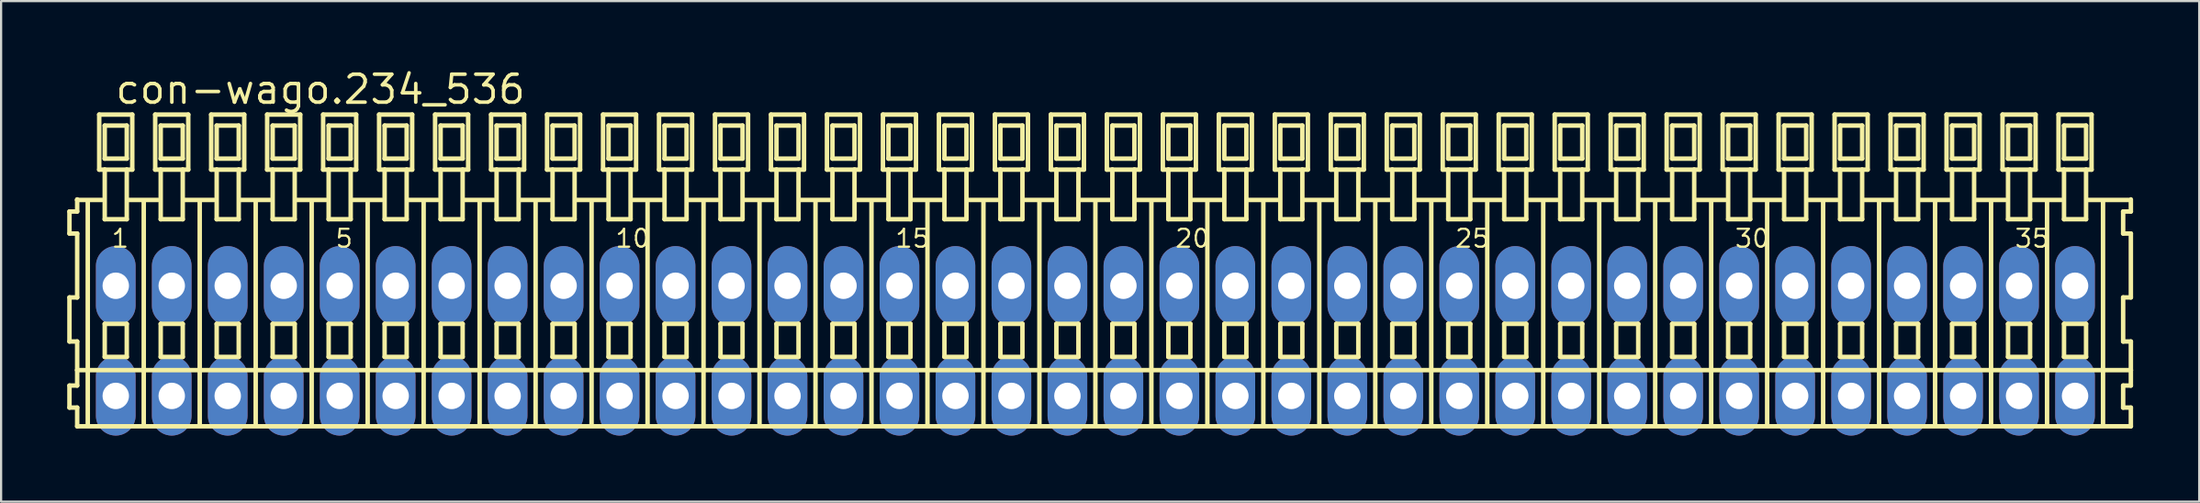
<source format=kicad_pcb>
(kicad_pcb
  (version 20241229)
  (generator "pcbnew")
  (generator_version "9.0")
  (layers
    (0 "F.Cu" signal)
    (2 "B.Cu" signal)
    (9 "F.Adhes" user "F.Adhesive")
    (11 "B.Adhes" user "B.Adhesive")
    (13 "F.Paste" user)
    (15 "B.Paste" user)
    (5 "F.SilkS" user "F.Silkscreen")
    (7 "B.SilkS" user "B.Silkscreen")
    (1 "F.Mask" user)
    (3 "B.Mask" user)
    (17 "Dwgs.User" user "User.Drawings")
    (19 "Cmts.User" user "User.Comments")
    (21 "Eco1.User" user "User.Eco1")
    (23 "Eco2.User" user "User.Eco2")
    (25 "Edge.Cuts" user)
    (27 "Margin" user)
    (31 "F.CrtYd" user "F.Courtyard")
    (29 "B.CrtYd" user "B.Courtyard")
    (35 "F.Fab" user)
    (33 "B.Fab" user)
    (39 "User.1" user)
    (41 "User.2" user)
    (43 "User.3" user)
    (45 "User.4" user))
  (footprint "con-wago.234_536"
    (layer "F.Cu")
    (at 46.652 11.15)
    (property "Reference" "con-wago.234_536" (at -44.55 -9.4 0) (layer "F.SilkS") (effects (font (size 1.27 1.27) (thickness 0.16)) (justify left bottom)))
    (attr through_hole)
    (fp_line (start -46.55 -4.6) (end -46.55 -3.6) (stroke (width 0.203) (type default)) (layer "F.SilkS"))
    (fp_line (start -46.55 -3.6) (end -46.2 -3.6) (stroke (width 0.203) (type default)) (layer "F.SilkS"))
    (fp_line (start -46.55 -0.7) (end -46.55 1.3) (stroke (width 0.203) (type default)) (layer "F.SilkS"))
    (fp_line (start -46.55 1.3) (end -46.2 1.3) (stroke (width 0.203) (type default)) (layer "F.SilkS"))
    (fp_line (start -46.55 3.3) (end -46.55 4.3) (stroke (width 0.203) (type default)) (layer "F.SilkS"))
    (fp_line (start -46.55 4.3) (end -46.2 4.3) (stroke (width 0.203) (type default)) (layer "F.SilkS"))
    (fp_line (start -46.2 -5.15) (end -46.2 -5.125) (stroke (width 0.203) (type default)) (layer "F.SilkS"))
    (fp_line (start -46.2 -5.125) (end -46.2 -4.6) (stroke (width 0.203) (type default)) (layer "F.SilkS"))
    (fp_line (start -46.2 -5.125) (end -45.075 -5.125) (stroke (width 0.203) (type default)) (layer "F.SilkS"))
    (fp_line (start -46.2 -4.6) (end -46.55 -4.6) (stroke (width 0.203) (type default)) (layer "F.SilkS"))
    (fp_line (start -46.2 -3.6) (end -46.2 -0.7) (stroke (width 0.203) (type default)) (layer "F.SilkS"))
    (fp_line (start -46.2 -0.7) (end -46.55 -0.7) (stroke (width 0.203) (type default)) (layer "F.SilkS"))
    (fp_line (start -46.2 1.3) (end -46.2 2.6) (stroke (width 0.203) (type default)) (layer "F.SilkS"))
    (fp_line (start -46.2 2.6) (end -46.2 3.3) (stroke (width 0.203) (type default)) (layer "F.SilkS"))
    (fp_line (start -46.2 2.6) (end 46.983 2.6) (stroke (width 0.203) (type default)) (layer "F.SilkS"))
    (fp_line (start -46.2 3.3) (end -46.55 3.3) (stroke (width 0.203) (type default)) (layer "F.SilkS"))
    (fp_line (start -46.2 4.3) (end -46.2 5.15) (stroke (width 0.203) (type default)) (layer "F.SilkS"))
    (fp_line (start -46.2 5.15) (end 46.983 5.15) (stroke (width 0.203) (type default)) (layer "F.SilkS"))
    (fp_line (start -45.72 5.1) (end -45.72 -5.06) (stroke (width 0.203) (type default)) (layer "F.SilkS"))
    (fp_line (start -45.2 -9) (end -45.2 -6.5) (stroke (width 0.203) (type default)) (layer "F.SilkS"))
    (fp_line (start -45.2 -6.5) (end -44.95 -6.5) (stroke (width 0.203) (type default)) (layer "F.SilkS"))
    (fp_line (start -44.95 -8.5) (end -44.95 -7) (stroke (width 0.203) (type default)) (layer "F.SilkS"))
    (fp_line (start -44.95 -7) (end -43.95 -7) (stroke (width 0.203) (type default)) (layer "F.SilkS"))
    (fp_line (start -44.95 -6.5) (end -44.95 -4.25) (stroke (width 0.203) (type default)) (layer "F.SilkS"))
    (fp_line (start -44.95 -6.5) (end -43.95 -6.5) (stroke (width 0.203) (type default)) (layer "F.SilkS"))
    (fp_line (start -44.95 -4.25) (end -43.95 -4.25) (stroke (width 0.203) (type default)) (layer "F.SilkS"))
    (fp_line (start -44.95 0.5) (end -44.95 2) (stroke (width 0.203) (type default)) (layer "F.SilkS"))
    (fp_line (start -44.95 2) (end -43.95 2) (stroke (width 0.203) (type default)) (layer "F.SilkS"))
    (fp_line (start -43.95 -8.5) (end -44.95 -8.5) (stroke (width 0.203) (type default)) (layer "F.SilkS"))
    (fp_line (start -43.95 -7) (end -43.95 -8.5) (stroke (width 0.203) (type default)) (layer "F.SilkS"))
    (fp_line (start -43.95 -6.5) (end -43.7 -6.5) (stroke (width 0.203) (type default)) (layer "F.SilkS"))
    (fp_line (start -43.95 -4.25) (end -43.95 -6.5) (stroke (width 0.203) (type default)) (layer "F.SilkS"))
    (fp_line (start -43.95 0.5) (end -44.95 0.5) (stroke (width 0.203) (type default)) (layer "F.SilkS"))
    (fp_line (start -43.95 2) (end -43.95 0.5) (stroke (width 0.203) (type default)) (layer "F.SilkS"))
    (fp_line (start -43.914 -5.125) (end -42.535 -5.125) (stroke (width 0.203) (type default)) (layer "F.SilkS"))
    (fp_line (start -43.7 -9) (end -45.2 -9) (stroke (width 0.203) (type default)) (layer "F.SilkS"))
    (fp_line (start -43.7 -6.5) (end -43.7 -9) (stroke (width 0.203) (type default)) (layer "F.SilkS"))
    (fp_line (start -43.18 5.1) (end -43.18 -5.06) (stroke (width 0.203) (type default)) (layer "F.SilkS"))
    (fp_line (start -42.66 -9) (end -42.66 -6.5) (stroke (width 0.203) (type default)) (layer "F.SilkS"))
    (fp_line (start -42.66 -6.5) (end -42.41 -6.5) (stroke (width 0.203) (type default)) (layer "F.SilkS"))
    (fp_line (start -42.41 -8.5) (end -42.41 -7) (stroke (width 0.203) (type default)) (layer "F.SilkS"))
    (fp_line (start -42.41 -7) (end -41.41 -7) (stroke (width 0.203) (type default)) (layer "F.SilkS"))
    (fp_line (start -42.41 -6.5) (end -42.41 -4.25) (stroke (width 0.203) (type default)) (layer "F.SilkS"))
    (fp_line (start -42.41 -6.5) (end -41.41 -6.5) (stroke (width 0.203) (type default)) (layer "F.SilkS"))
    (fp_line (start -42.41 -4.25) (end -41.41 -4.25) (stroke (width 0.203) (type default)) (layer "F.SilkS"))
    (fp_line (start -42.41 0.5) (end -42.41 2) (stroke (width 0.203) (type default)) (layer "F.SilkS"))
    (fp_line (start -42.41 2) (end -41.41 2) (stroke (width 0.203) (type default)) (layer "F.SilkS"))
    (fp_line (start -41.41 -8.5) (end -42.41 -8.5) (stroke (width 0.203) (type default)) (layer "F.SilkS"))
    (fp_line (start -41.41 -7) (end -41.41 -8.5) (stroke (width 0.203) (type default)) (layer "F.SilkS"))
    (fp_line (start -41.41 -6.5) (end -41.16 -6.5) (stroke (width 0.203) (type default)) (layer "F.SilkS"))
    (fp_line (start -41.41 -4.25) (end -41.41 -6.5) (stroke (width 0.203) (type default)) (layer "F.SilkS"))
    (fp_line (start -41.41 0.5) (end -42.41 0.5) (stroke (width 0.203) (type default)) (layer "F.SilkS"))
    (fp_line (start -41.41 2) (end -41.41 0.5) (stroke (width 0.203) (type default)) (layer "F.SilkS"))
    (fp_line (start -41.374 -5.125) (end -39.995 -5.125) (stroke (width 0.203) (type default)) (layer "F.SilkS"))
    (fp_line (start -41.16 -9) (end -42.66 -9) (stroke (width 0.203) (type default)) (layer "F.SilkS"))
    (fp_line (start -41.16 -6.5) (end -41.16 -9) (stroke (width 0.203) (type default)) (layer "F.SilkS"))
    (fp_line (start -40.64 5.1) (end -40.64 -5.06) (stroke (width 0.203) (type default)) (layer "F.SilkS"))
    (fp_line (start -40.12 -9) (end -40.12 -6.5) (stroke (width 0.203) (type default)) (layer "F.SilkS"))
    (fp_line (start -40.12 -6.5) (end -39.87 -6.5) (stroke (width 0.203) (type default)) (layer "F.SilkS"))
    (fp_line (start -39.87 -8.5) (end -39.87 -7) (stroke (width 0.203) (type default)) (layer "F.SilkS"))
    (fp_line (start -39.87 -7) (end -38.87 -7) (stroke (width 0.203) (type default)) (layer "F.SilkS"))
    (fp_line (start -39.87 -6.5) (end -39.87 -4.25) (stroke (width 0.203) (type default)) (layer "F.SilkS"))
    (fp_line (start -39.87 -6.5) (end -38.87 -6.5) (stroke (width 0.203) (type default)) (layer "F.SilkS"))
    (fp_line (start -39.87 -4.25) (end -38.87 -4.25) (stroke (width 0.203) (type default)) (layer "F.SilkS"))
    (fp_line (start -39.87 0.5) (end -39.87 2) (stroke (width 0.203) (type default)) (layer "F.SilkS"))
    (fp_line (start -39.87 2) (end -38.87 2) (stroke (width 0.203) (type default)) (layer "F.SilkS"))
    (fp_line (start -38.87 -8.5) (end -39.87 -8.5) (stroke (width 0.203) (type default)) (layer "F.SilkS"))
    (fp_line (start -38.87 -7) (end -38.87 -8.5) (stroke (width 0.203) (type default)) (layer "F.SilkS"))
    (fp_line (start -38.87 -6.5) (end -38.62 -6.5) (stroke (width 0.203) (type default)) (layer "F.SilkS"))
    (fp_line (start -38.87 -4.25) (end -38.87 -6.5) (stroke (width 0.203) (type default)) (layer "F.SilkS"))
    (fp_line (start -38.87 0.5) (end -39.87 0.5) (stroke (width 0.203) (type default)) (layer "F.SilkS"))
    (fp_line (start -38.87 2) (end -38.87 0.5) (stroke (width 0.203) (type default)) (layer "F.SilkS"))
    (fp_line (start -38.834 -5.125) (end -37.455 -5.125) (stroke (width 0.203) (type default)) (layer "F.SilkS"))
    (fp_line (start -38.62 -9) (end -40.12 -9) (stroke (width 0.203) (type default)) (layer "F.SilkS"))
    (fp_line (start -38.62 -6.5) (end -38.62 -9) (stroke (width 0.203) (type default)) (layer "F.SilkS"))
    (fp_line (start -38.1 5.1) (end -38.1 -5.06) (stroke (width 0.203) (type default)) (layer "F.SilkS"))
    (fp_line (start -37.58 -9) (end -37.58 -6.5) (stroke (width 0.203) (type default)) (layer "F.SilkS"))
    (fp_line (start -37.58 -6.5) (end -37.33 -6.5) (stroke (width 0.203) (type default)) (layer "F.SilkS"))
    (fp_line (start -37.33 -8.5) (end -37.33 -7) (stroke (width 0.203) (type default)) (layer "F.SilkS"))
    (fp_line (start -37.33 -7) (end -36.33 -7) (stroke (width 0.203) (type default)) (layer "F.SilkS"))
    (fp_line (start -37.33 -6.5) (end -37.33 -4.25) (stroke (width 0.203) (type default)) (layer "F.SilkS"))
    (fp_line (start -37.33 -6.5) (end -36.33 -6.5) (stroke (width 0.203) (type default)) (layer "F.SilkS"))
    (fp_line (start -37.33 -4.25) (end -36.33 -4.25) (stroke (width 0.203) (type default)) (layer "F.SilkS"))
    (fp_line (start -37.33 0.5) (end -37.33 2) (stroke (width 0.203) (type default)) (layer "F.SilkS"))
    (fp_line (start -37.33 2) (end -36.33 2) (stroke (width 0.203) (type default)) (layer "F.SilkS"))
    (fp_line (start -36.33 -8.5) (end -37.33 -8.5) (stroke (width 0.203) (type default)) (layer "F.SilkS"))
    (fp_line (start -36.33 -7) (end -36.33 -8.5) (stroke (width 0.203) (type default)) (layer "F.SilkS"))
    (fp_line (start -36.33 -6.5) (end -36.08 -6.5) (stroke (width 0.203) (type default)) (layer "F.SilkS"))
    (fp_line (start -36.33 -4.25) (end -36.33 -6.5) (stroke (width 0.203) (type default)) (layer "F.SilkS"))
    (fp_line (start -36.33 0.5) (end -37.33 0.5) (stroke (width 0.203) (type default)) (layer "F.SilkS"))
    (fp_line (start -36.33 2) (end -36.33 0.5) (stroke (width 0.203) (type default)) (layer "F.SilkS"))
    (fp_line (start -36.294 -5.125) (end -34.915 -5.125) (stroke (width 0.203) (type default)) (layer "F.SilkS"))
    (fp_line (start -36.08 -9) (end -37.58 -9) (stroke (width 0.203) (type default)) (layer "F.SilkS"))
    (fp_line (start -36.08 -6.5) (end -36.08 -9) (stroke (width 0.203) (type default)) (layer "F.SilkS"))
    (fp_line (start -35.56 5.1) (end -35.56 -5.06) (stroke (width 0.203) (type default)) (layer "F.SilkS"))
    (fp_line (start -35.04 -9) (end -35.04 -6.5) (stroke (width 0.203) (type default)) (layer "F.SilkS"))
    (fp_line (start -35.04 -6.5) (end -34.79 -6.5) (stroke (width 0.203) (type default)) (layer "F.SilkS"))
    (fp_line (start -34.79 -8.5) (end -34.79 -7) (stroke (width 0.203) (type default)) (layer "F.SilkS"))
    (fp_line (start -34.79 -7) (end -33.79 -7) (stroke (width 0.203) (type default)) (layer "F.SilkS"))
    (fp_line (start -34.79 -6.5) (end -34.79 -4.25) (stroke (width 0.203) (type default)) (layer "F.SilkS"))
    (fp_line (start -34.79 -6.5) (end -33.79 -6.5) (stroke (width 0.203) (type default)) (layer "F.SilkS"))
    (fp_line (start -34.79 -4.25) (end -33.79 -4.25) (stroke (width 0.203) (type default)) (layer "F.SilkS"))
    (fp_line (start -34.79 0.5) (end -34.79 2) (stroke (width 0.203) (type default)) (layer "F.SilkS"))
    (fp_line (start -34.79 2) (end -33.79 2) (stroke (width 0.203) (type default)) (layer "F.SilkS"))
    (fp_line (start -33.79 -8.5) (end -34.79 -8.5) (stroke (width 0.203) (type default)) (layer "F.SilkS"))
    (fp_line (start -33.79 -7) (end -33.79 -8.5) (stroke (width 0.203) (type default)) (layer "F.SilkS"))
    (fp_line (start -33.79 -6.5) (end -33.54 -6.5) (stroke (width 0.203) (type default)) (layer "F.SilkS"))
    (fp_line (start -33.79 -4.25) (end -33.79 -6.5) (stroke (width 0.203) (type default)) (layer "F.SilkS"))
    (fp_line (start -33.79 0.5) (end -34.79 0.5) (stroke (width 0.203) (type default)) (layer "F.SilkS"))
    (fp_line (start -33.79 2) (end -33.79 0.5) (stroke (width 0.203) (type default)) (layer "F.SilkS"))
    (fp_line (start -33.754 -5.125) (end -32.375 -5.125) (stroke (width 0.203) (type default)) (layer "F.SilkS"))
    (fp_line (start -33.54 -9) (end -35.04 -9) (stroke (width 0.203) (type default)) (layer "F.SilkS"))
    (fp_line (start -33.54 -6.5) (end -33.54 -9) (stroke (width 0.203) (type default)) (layer "F.SilkS"))
    (fp_line (start -33.02 5.1) (end -33.02 -5.06) (stroke (width 0.203) (type default)) (layer "F.SilkS"))
    (fp_line (start -32.5 -9) (end -32.5 -6.5) (stroke (width 0.203) (type default)) (layer "F.SilkS"))
    (fp_line (start -32.5 -6.5) (end -32.25 -6.5) (stroke (width 0.203) (type default)) (layer "F.SilkS"))
    (fp_line (start -32.25 -8.5) (end -32.25 -7) (stroke (width 0.203) (type default)) (layer "F.SilkS"))
    (fp_line (start -32.25 -7) (end -31.25 -7) (stroke (width 0.203) (type default)) (layer "F.SilkS"))
    (fp_line (start -32.25 -6.5) (end -32.25 -4.25) (stroke (width 0.203) (type default)) (layer "F.SilkS"))
    (fp_line (start -32.25 -6.5) (end -31.25 -6.5) (stroke (width 0.203) (type default)) (layer "F.SilkS"))
    (fp_line (start -32.25 -4.25) (end -31.25 -4.25) (stroke (width 0.203) (type default)) (layer "F.SilkS"))
    (fp_line (start -32.25 0.5) (end -32.25 2) (stroke (width 0.203) (type default)) (layer "F.SilkS"))
    (fp_line (start -32.25 2) (end -31.25 2) (stroke (width 0.203) (type default)) (layer "F.SilkS"))
    (fp_line (start -31.25 -8.5) (end -32.25 -8.5) (stroke (width 0.203) (type default)) (layer "F.SilkS"))
    (fp_line (start -31.25 -7) (end -31.25 -8.5) (stroke (width 0.203) (type default)) (layer "F.SilkS"))
    (fp_line (start -31.25 -6.5) (end -31 -6.5) (stroke (width 0.203) (type default)) (layer "F.SilkS"))
    (fp_line (start -31.25 -4.25) (end -31.25 -6.5) (stroke (width 0.203) (type default)) (layer "F.SilkS"))
    (fp_line (start -31.25 0.5) (end -32.25 0.5) (stroke (width 0.203) (type default)) (layer "F.SilkS"))
    (fp_line (start -31.25 2) (end -31.25 0.5) (stroke (width 0.203) (type default)) (layer "F.SilkS"))
    (fp_line (start -31.214 -5.125) (end -29.835 -5.125) (stroke (width 0.203) (type default)) (layer "F.SilkS"))
    (fp_line (start -31 -9) (end -32.5 -9) (stroke (width 0.203) (type default)) (layer "F.SilkS"))
    (fp_line (start -31 -6.5) (end -31 -9) (stroke (width 0.203) (type default)) (layer "F.SilkS"))
    (fp_line (start -30.48 5.1) (end -30.48 -5.06) (stroke (width 0.203) (type default)) (layer "F.SilkS"))
    (fp_line (start -29.96 -9) (end -29.96 -6.5) (stroke (width 0.203) (type default)) (layer "F.SilkS"))
    (fp_line (start -29.96 -6.5) (end -29.71 -6.5) (stroke (width 0.203) (type default)) (layer "F.SilkS"))
    (fp_line (start -29.71 -8.5) (end -29.71 -7) (stroke (width 0.203) (type default)) (layer "F.SilkS"))
    (fp_line (start -29.71 -7) (end -28.71 -7) (stroke (width 0.203) (type default)) (layer "F.SilkS"))
    (fp_line (start -29.71 -6.5) (end -29.71 -4.25) (stroke (width 0.203) (type default)) (layer "F.SilkS"))
    (fp_line (start -29.71 -6.5) (end -28.71 -6.5) (stroke (width 0.203) (type default)) (layer "F.SilkS"))
    (fp_line (start -29.71 -4.25) (end -28.71 -4.25) (stroke (width 0.203) (type default)) (layer "F.SilkS"))
    (fp_line (start -29.71 0.5) (end -29.71 2) (stroke (width 0.203) (type default)) (layer "F.SilkS"))
    (fp_line (start -29.71 2) (end -28.71 2) (stroke (width 0.203) (type default)) (layer "F.SilkS"))
    (fp_line (start -28.71 -8.5) (end -29.71 -8.5) (stroke (width 0.203) (type default)) (layer "F.SilkS"))
    (fp_line (start -28.71 -7) (end -28.71 -8.5) (stroke (width 0.203) (type default)) (layer "F.SilkS"))
    (fp_line (start -28.71 -6.5) (end -28.46 -6.5) (stroke (width 0.203) (type default)) (layer "F.SilkS"))
    (fp_line (start -28.71 -4.25) (end -28.71 -6.5) (stroke (width 0.203) (type default)) (layer "F.SilkS"))
    (fp_line (start -28.71 0.5) (end -29.71 0.5) (stroke (width 0.203) (type default)) (layer "F.SilkS"))
    (fp_line (start -28.71 2) (end -28.71 0.5) (stroke (width 0.203) (type default)) (layer "F.SilkS"))
    (fp_line (start -28.674 -5.125) (end -27.295 -5.125) (stroke (width 0.203) (type default)) (layer "F.SilkS"))
    (fp_line (start -28.46 -9) (end -29.96 -9) (stroke (width 0.203) (type default)) (layer "F.SilkS"))
    (fp_line (start -28.46 -6.5) (end -28.46 -9) (stroke (width 0.203) (type default)) (layer "F.SilkS"))
    (fp_line (start -27.94 5.1) (end -27.94 -5.06) (stroke (width 0.203) (type default)) (layer "F.SilkS"))
    (fp_line (start -27.42 -9) (end -27.42 -6.5) (stroke (width 0.203) (type default)) (layer "F.SilkS"))
    (fp_line (start -27.42 -6.5) (end -27.17 -6.5) (stroke (width 0.203) (type default)) (layer "F.SilkS"))
    (fp_line (start -27.17 -8.5) (end -27.17 -7) (stroke (width 0.203) (type default)) (layer "F.SilkS"))
    (fp_line (start -27.17 -7) (end -26.17 -7) (stroke (width 0.203) (type default)) (layer "F.SilkS"))
    (fp_line (start -27.17 -6.5) (end -27.17 -4.25) (stroke (width 0.203) (type default)) (layer "F.SilkS"))
    (fp_line (start -27.17 -6.5) (end -26.17 -6.5) (stroke (width 0.203) (type default)) (layer "F.SilkS"))
    (fp_line (start -27.17 -4.25) (end -26.17 -4.25) (stroke (width 0.203) (type default)) (layer "F.SilkS"))
    (fp_line (start -27.17 0.5) (end -27.17 2) (stroke (width 0.203) (type default)) (layer "F.SilkS"))
    (fp_line (start -27.17 2) (end -26.17 2) (stroke (width 0.203) (type default)) (layer "F.SilkS"))
    (fp_line (start -26.17 -8.5) (end -27.17 -8.5) (stroke (width 0.203) (type default)) (layer "F.SilkS"))
    (fp_line (start -26.17 -7) (end -26.17 -8.5) (stroke (width 0.203) (type default)) (layer "F.SilkS"))
    (fp_line (start -26.17 -6.5) (end -25.92 -6.5) (stroke (width 0.203) (type default)) (layer "F.SilkS"))
    (fp_line (start -26.17 -4.25) (end -26.17 -6.5) (stroke (width 0.203) (type default)) (layer "F.SilkS"))
    (fp_line (start -26.17 0.5) (end -27.17 0.5) (stroke (width 0.203) (type default)) (layer "F.SilkS"))
    (fp_line (start -26.17 2) (end -26.17 0.5) (stroke (width 0.203) (type default)) (layer "F.SilkS"))
    (fp_line (start -26.134 -5.125) (end -24.755 -5.125) (stroke (width 0.203) (type default)) (layer "F.SilkS"))
    (fp_line (start -25.92 -9) (end -27.42 -9) (stroke (width 0.203) (type default)) (layer "F.SilkS"))
    (fp_line (start -25.92 -6.5) (end -25.92 -9) (stroke (width 0.203) (type default)) (layer "F.SilkS"))
    (fp_line (start -25.4 5.1) (end -25.4 -5.06) (stroke (width 0.203) (type default)) (layer "F.SilkS"))
    (fp_line (start -24.88 -9) (end -24.88 -6.5) (stroke (width 0.203) (type default)) (layer "F.SilkS"))
    (fp_line (start -24.88 -6.5) (end -24.63 -6.5) (stroke (width 0.203) (type default)) (layer "F.SilkS"))
    (fp_line (start -24.63 -8.5) (end -24.63 -7) (stroke (width 0.203) (type default)) (layer "F.SilkS"))
    (fp_line (start -24.63 -7) (end -23.63 -7) (stroke (width 0.203) (type default)) (layer "F.SilkS"))
    (fp_line (start -24.63 -6.5) (end -24.63 -4.25) (stroke (width 0.203) (type default)) (layer "F.SilkS"))
    (fp_line (start -24.63 -6.5) (end -23.63 -6.5) (stroke (width 0.203) (type default)) (layer "F.SilkS"))
    (fp_line (start -24.63 -4.25) (end -23.63 -4.25) (stroke (width 0.203) (type default)) (layer "F.SilkS"))
    (fp_line (start -24.63 0.5) (end -24.63 2) (stroke (width 0.203) (type default)) (layer "F.SilkS"))
    (fp_line (start -24.63 2) (end -23.63 2) (stroke (width 0.203) (type default)) (layer "F.SilkS"))
    (fp_line (start -23.63 -8.5) (end -24.63 -8.5) (stroke (width 0.203) (type default)) (layer "F.SilkS"))
    (fp_line (start -23.63 -7) (end -23.63 -8.5) (stroke (width 0.203) (type default)) (layer "F.SilkS"))
    (fp_line (start -23.63 -6.5) (end -23.38 -6.5) (stroke (width 0.203) (type default)) (layer "F.SilkS"))
    (fp_line (start -23.63 -4.25) (end -23.63 -6.5) (stroke (width 0.203) (type default)) (layer "F.SilkS"))
    (fp_line (start -23.63 0.5) (end -24.63 0.5) (stroke (width 0.203) (type default)) (layer "F.SilkS"))
    (fp_line (start -23.63 2) (end -23.63 0.5) (stroke (width 0.203) (type default)) (layer "F.SilkS"))
    (fp_line (start -23.594 -5.125) (end -22.215 -5.125) (stroke (width 0.203) (type default)) (layer "F.SilkS"))
    (fp_line (start -23.38 -9) (end -24.88 -9) (stroke (width 0.203) (type default)) (layer "F.SilkS"))
    (fp_line (start -23.38 -6.5) (end -23.38 -9) (stroke (width 0.203) (type default)) (layer "F.SilkS"))
    (fp_line (start -22.86 5.1) (end -22.86 -5.06) (stroke (width 0.203) (type default)) (layer "F.SilkS"))
    (fp_line (start -22.34 -9) (end -22.34 -6.5) (stroke (width 0.203) (type default)) (layer "F.SilkS"))
    (fp_line (start -22.34 -6.5) (end -22.09 -6.5) (stroke (width 0.203) (type default)) (layer "F.SilkS"))
    (fp_line (start -22.09 -8.5) (end -22.09 -7) (stroke (width 0.203) (type default)) (layer "F.SilkS"))
    (fp_line (start -22.09 -7) (end -21.09 -7) (stroke (width 0.203) (type default)) (layer "F.SilkS"))
    (fp_line (start -22.09 -6.5) (end -22.09 -4.25) (stroke (width 0.203) (type default)) (layer "F.SilkS"))
    (fp_line (start -22.09 -6.5) (end -21.09 -6.5) (stroke (width 0.203) (type default)) (layer "F.SilkS"))
    (fp_line (start -22.09 -4.25) (end -21.09 -4.25) (stroke (width 0.203) (type default)) (layer "F.SilkS"))
    (fp_line (start -22.09 0.5) (end -22.09 2) (stroke (width 0.203) (type default)) (layer "F.SilkS"))
    (fp_line (start -22.09 2) (end -21.09 2) (stroke (width 0.203) (type default)) (layer "F.SilkS"))
    (fp_line (start -21.09 -8.5) (end -22.09 -8.5) (stroke (width 0.203) (type default)) (layer "F.SilkS"))
    (fp_line (start -21.09 -7) (end -21.09 -8.5) (stroke (width 0.203) (type default)) (layer "F.SilkS"))
    (fp_line (start -21.09 -6.5) (end -20.84 -6.5) (stroke (width 0.203) (type default)) (layer "F.SilkS"))
    (fp_line (start -21.09 -4.25) (end -21.09 -6.5) (stroke (width 0.203) (type default)) (layer "F.SilkS"))
    (fp_line (start -21.09 0.5) (end -22.09 0.5) (stroke (width 0.203) (type default)) (layer "F.SilkS"))
    (fp_line (start -21.09 2) (end -21.09 0.5) (stroke (width 0.203) (type default)) (layer "F.SilkS"))
    (fp_line (start -21.054 -5.125) (end -19.675 -5.125) (stroke (width 0.203) (type default)) (layer "F.SilkS"))
    (fp_line (start -20.84 -9) (end -22.34 -9) (stroke (width 0.203) (type default)) (layer "F.SilkS"))
    (fp_line (start -20.84 -6.5) (end -20.84 -9) (stroke (width 0.203) (type default)) (layer "F.SilkS"))
    (fp_line (start -20.32 5.1) (end -20.32 -5.06) (stroke (width 0.203) (type default)) (layer "F.SilkS"))
    (fp_line (start -19.8 -9) (end -19.8 -6.5) (stroke (width 0.203) (type default)) (layer "F.SilkS"))
    (fp_line (start -19.8 -6.5) (end -19.55 -6.5) (stroke (width 0.203) (type default)) (layer "F.SilkS"))
    (fp_line (start -19.55 -8.5) (end -19.55 -7) (stroke (width 0.203) (type default)) (layer "F.SilkS"))
    (fp_line (start -19.55 -7) (end -18.55 -7) (stroke (width 0.203) (type default)) (layer "F.SilkS"))
    (fp_line (start -19.55 -6.5) (end -19.55 -4.25) (stroke (width 0.203) (type default)) (layer "F.SilkS"))
    (fp_line (start -19.55 -6.5) (end -18.55 -6.5) (stroke (width 0.203) (type default)) (layer "F.SilkS"))
    (fp_line (start -19.55 -4.25) (end -18.55 -4.25) (stroke (width 0.203) (type default)) (layer "F.SilkS"))
    (fp_line (start -19.55 0.5) (end -19.55 2) (stroke (width 0.203) (type default)) (layer "F.SilkS"))
    (fp_line (start -19.55 2) (end -18.55 2) (stroke (width 0.203) (type default)) (layer "F.SilkS"))
    (fp_line (start -18.55 -8.5) (end -19.55 -8.5) (stroke (width 0.203) (type default)) (layer "F.SilkS"))
    (fp_line (start -18.55 -7) (end -18.55 -8.5) (stroke (width 0.203) (type default)) (layer "F.SilkS"))
    (fp_line (start -18.55 -6.5) (end -18.3 -6.5) (stroke (width 0.203) (type default)) (layer "F.SilkS"))
    (fp_line (start -18.55 -4.25) (end -18.55 -6.5) (stroke (width 0.203) (type default)) (layer "F.SilkS"))
    (fp_line (start -18.55 0.5) (end -19.55 0.5) (stroke (width 0.203) (type default)) (layer "F.SilkS"))
    (fp_line (start -18.55 2) (end -18.55 0.5) (stroke (width 0.203) (type default)) (layer "F.SilkS"))
    (fp_line (start -18.514 -5.125) (end -17.135 -5.125) (stroke (width 0.203) (type default)) (layer "F.SilkS"))
    (fp_line (start -18.3 -9) (end -19.8 -9) (stroke (width 0.203) (type default)) (layer "F.SilkS"))
    (fp_line (start -18.3 -6.5) (end -18.3 -9) (stroke (width 0.203) (type default)) (layer "F.SilkS"))
    (fp_line (start -17.78 5.1) (end -17.78 -5.06) (stroke (width 0.203) (type default)) (layer "F.SilkS"))
    (fp_line (start -17.26 -9) (end -17.26 -6.5) (stroke (width 0.203) (type default)) (layer "F.SilkS"))
    (fp_line (start -17.26 -6.5) (end -17.01 -6.5) (stroke (width 0.203) (type default)) (layer "F.SilkS"))
    (fp_line (start -17.01 -8.5) (end -17.01 -7) (stroke (width 0.203) (type default)) (layer "F.SilkS"))
    (fp_line (start -17.01 -7) (end -16.01 -7) (stroke (width 0.203) (type default)) (layer "F.SilkS"))
    (fp_line (start -17.01 -6.5) (end -17.01 -4.25) (stroke (width 0.203) (type default)) (layer "F.SilkS"))
    (fp_line (start -17.01 -6.5) (end -16.01 -6.5) (stroke (width 0.203) (type default)) (layer "F.SilkS"))
    (fp_line (start -17.01 -4.25) (end -16.01 -4.25) (stroke (width 0.203) (type default)) (layer "F.SilkS"))
    (fp_line (start -17.01 0.5) (end -17.01 2) (stroke (width 0.203) (type default)) (layer "F.SilkS"))
    (fp_line (start -17.01 2) (end -16.01 2) (stroke (width 0.203) (type default)) (layer "F.SilkS"))
    (fp_line (start -16.01 -8.5) (end -17.01 -8.5) (stroke (width 0.203) (type default)) (layer "F.SilkS"))
    (fp_line (start -16.01 -7) (end -16.01 -8.5) (stroke (width 0.203) (type default)) (layer "F.SilkS"))
    (fp_line (start -16.01 -6.5) (end -15.76 -6.5) (stroke (width 0.203) (type default)) (layer "F.SilkS"))
    (fp_line (start -16.01 -4.25) (end -16.01 -6.5) (stroke (width 0.203) (type default)) (layer "F.SilkS"))
    (fp_line (start -16.01 0.5) (end -17.01 0.5) (stroke (width 0.203) (type default)) (layer "F.SilkS"))
    (fp_line (start -16.01 2) (end -16.01 0.5) (stroke (width 0.203) (type default)) (layer "F.SilkS"))
    (fp_line (start -15.974 -5.125) (end -14.595 -5.125) (stroke (width 0.203) (type default)) (layer "F.SilkS"))
    (fp_line (start -15.76 -9) (end -17.26 -9) (stroke (width 0.203) (type default)) (layer "F.SilkS"))
    (fp_line (start -15.76 -6.5) (end -15.76 -9) (stroke (width 0.203) (type default)) (layer "F.SilkS"))
    (fp_line (start -15.24 5.1) (end -15.24 -5.06) (stroke (width 0.203) (type default)) (layer "F.SilkS"))
    (fp_line (start -14.72 -9) (end -14.72 -6.5) (stroke (width 0.203) (type default)) (layer "F.SilkS"))
    (fp_line (start -14.72 -6.5) (end -14.47 -6.5) (stroke (width 0.203) (type default)) (layer "F.SilkS"))
    (fp_line (start -14.47 -8.5) (end -14.47 -7) (stroke (width 0.203) (type default)) (layer "F.SilkS"))
    (fp_line (start -14.47 -7) (end -13.47 -7) (stroke (width 0.203) (type default)) (layer "F.SilkS"))
    (fp_line (start -14.47 -6.5) (end -14.47 -4.25) (stroke (width 0.203) (type default)) (layer "F.SilkS"))
    (fp_line (start -14.47 -6.5) (end -13.47 -6.5) (stroke (width 0.203) (type default)) (layer "F.SilkS"))
    (fp_line (start -14.47 -4.25) (end -13.47 -4.25) (stroke (width 0.203) (type default)) (layer "F.SilkS"))
    (fp_line (start -14.47 0.5) (end -14.47 2) (stroke (width 0.203) (type default)) (layer "F.SilkS"))
    (fp_line (start -14.47 2) (end -13.47 2) (stroke (width 0.203) (type default)) (layer "F.SilkS"))
    (fp_line (start -13.47 -8.5) (end -14.47 -8.5) (stroke (width 0.203) (type default)) (layer "F.SilkS"))
    (fp_line (start -13.47 -7) (end -13.47 -8.5) (stroke (width 0.203) (type default)) (layer "F.SilkS"))
    (fp_line (start -13.47 -6.5) (end -13.22 -6.5) (stroke (width 0.203) (type default)) (layer "F.SilkS"))
    (fp_line (start -13.47 -4.25) (end -13.47 -6.5) (stroke (width 0.203) (type default)) (layer "F.SilkS"))
    (fp_line (start -13.47 0.5) (end -14.47 0.5) (stroke (width 0.203) (type default)) (layer "F.SilkS"))
    (fp_line (start -13.47 2) (end -13.47 0.5) (stroke (width 0.203) (type default)) (layer "F.SilkS"))
    (fp_line (start -13.434 -5.125) (end -12.055 -5.125) (stroke (width 0.203) (type default)) (layer "F.SilkS"))
    (fp_line (start -13.22 -9) (end -14.72 -9) (stroke (width 0.203) (type default)) (layer "F.SilkS"))
    (fp_line (start -13.22 -6.5) (end -13.22 -9) (stroke (width 0.203) (type default)) (layer "F.SilkS"))
    (fp_line (start -12.7 5.1) (end -12.7 -5.06) (stroke (width 0.203) (type default)) (layer "F.SilkS"))
    (fp_line (start -12.18 -9) (end -12.18 -6.5) (stroke (width 0.203) (type default)) (layer "F.SilkS"))
    (fp_line (start -12.18 -6.5) (end -11.93 -6.5) (stroke (width 0.203) (type default)) (layer "F.SilkS"))
    (fp_line (start -11.93 -8.5) (end -11.93 -7) (stroke (width 0.203) (type default)) (layer "F.SilkS"))
    (fp_line (start -11.93 -7) (end -10.93 -7) (stroke (width 0.203) (type default)) (layer "F.SilkS"))
    (fp_line (start -11.93 -6.5) (end -11.93 -4.25) (stroke (width 0.203) (type default)) (layer "F.SilkS"))
    (fp_line (start -11.93 -6.5) (end -10.93 -6.5) (stroke (width 0.203) (type default)) (layer "F.SilkS"))
    (fp_line (start -11.93 -4.25) (end -10.93 -4.25) (stroke (width 0.203) (type default)) (layer "F.SilkS"))
    (fp_line (start -11.93 0.5) (end -11.93 2) (stroke (width 0.203) (type default)) (layer "F.SilkS"))
    (fp_line (start -11.93 2) (end -10.93 2) (stroke (width 0.203) (type default)) (layer "F.SilkS"))
    (fp_line (start -10.93 -8.5) (end -11.93 -8.5) (stroke (width 0.203) (type default)) (layer "F.SilkS"))
    (fp_line (start -10.93 -7) (end -10.93 -8.5) (stroke (width 0.203) (type default)) (layer "F.SilkS"))
    (fp_line (start -10.93 -6.5) (end -10.68 -6.5) (stroke (width 0.203) (type default)) (layer "F.SilkS"))
    (fp_line (start -10.93 -4.25) (end -10.93 -6.5) (stroke (width 0.203) (type default)) (layer "F.SilkS"))
    (fp_line (start -10.93 0.5) (end -11.93 0.5) (stroke (width 0.203) (type default)) (layer "F.SilkS"))
    (fp_line (start -10.93 2) (end -10.93 0.5) (stroke (width 0.203) (type default)) (layer "F.SilkS"))
    (fp_line (start -10.894 -5.125) (end -9.515 -5.125) (stroke (width 0.203) (type default)) (layer "F.SilkS"))
    (fp_line (start -10.68 -9) (end -12.18 -9) (stroke (width 0.203) (type default)) (layer "F.SilkS"))
    (fp_line (start -10.68 -6.5) (end -10.68 -9) (stroke (width 0.203) (type default)) (layer "F.SilkS"))
    (fp_line (start -10.16 5.1) (end -10.16 -5.06) (stroke (width 0.203) (type default)) (layer "F.SilkS"))
    (fp_line (start -9.64 -9) (end -9.64 -6.5) (stroke (width 0.203) (type default)) (layer "F.SilkS"))
    (fp_line (start -9.64 -6.5) (end -9.39 -6.5) (stroke (width 0.203) (type default)) (layer "F.SilkS"))
    (fp_line (start -9.39 -8.5) (end -9.39 -7) (stroke (width 0.203) (type default)) (layer "F.SilkS"))
    (fp_line (start -9.39 -7) (end -8.39 -7) (stroke (width 0.203) (type default)) (layer "F.SilkS"))
    (fp_line (start -9.39 -6.5) (end -9.39 -4.25) (stroke (width 0.203) (type default)) (layer "F.SilkS"))
    (fp_line (start -9.39 -6.5) (end -8.39 -6.5) (stroke (width 0.203) (type default)) (layer "F.SilkS"))
    (fp_line (start -9.39 -4.25) (end -8.39 -4.25) (stroke (width 0.203) (type default)) (layer "F.SilkS"))
    (fp_line (start -9.39 0.5) (end -9.39 2) (stroke (width 0.203) (type default)) (layer "F.SilkS"))
    (fp_line (start -9.39 2) (end -8.39 2) (stroke (width 0.203) (type default)) (layer "F.SilkS"))
    (fp_line (start -8.39 -8.5) (end -9.39 -8.5) (stroke (width 0.203) (type default)) (layer "F.SilkS"))
    (fp_line (start -8.39 -7) (end -8.39 -8.5) (stroke (width 0.203) (type default)) (layer "F.SilkS"))
    (fp_line (start -8.39 -6.5) (end -8.14 -6.5) (stroke (width 0.203) (type default)) (layer "F.SilkS"))
    (fp_line (start -8.39 -4.25) (end -8.39 -6.5) (stroke (width 0.203) (type default)) (layer "F.SilkS"))
    (fp_line (start -8.39 0.5) (end -9.39 0.5) (stroke (width 0.203) (type default)) (layer "F.SilkS"))
    (fp_line (start -8.39 2) (end -8.39 0.5) (stroke (width 0.203) (type default)) (layer "F.SilkS"))
    (fp_line (start -8.354 -5.125) (end -6.975 -5.125) (stroke (width 0.203) (type default)) (layer "F.SilkS"))
    (fp_line (start -8.14 -9) (end -9.64 -9) (stroke (width 0.203) (type default)) (layer "F.SilkS"))
    (fp_line (start -8.14 -6.5) (end -8.14 -9) (stroke (width 0.203) (type default)) (layer "F.SilkS"))
    (fp_line (start -7.62 5.1) (end -7.62 -5.06) (stroke (width 0.203) (type default)) (layer "F.SilkS"))
    (fp_line (start -7.1 -9) (end -7.1 -6.5) (stroke (width 0.203) (type default)) (layer "F.SilkS"))
    (fp_line (start -7.1 -6.5) (end -6.85 -6.5) (stroke (width 0.203) (type default)) (layer "F.SilkS"))
    (fp_line (start -6.85 -8.5) (end -6.85 -7) (stroke (width 0.203) (type default)) (layer "F.SilkS"))
    (fp_line (start -6.85 -7) (end -5.85 -7) (stroke (width 0.203) (type default)) (layer "F.SilkS"))
    (fp_line (start -6.85 -6.5) (end -6.85 -4.25) (stroke (width 0.203) (type default)) (layer "F.SilkS"))
    (fp_line (start -6.85 -6.5) (end -5.85 -6.5) (stroke (width 0.203) (type default)) (layer "F.SilkS"))
    (fp_line (start -6.85 -4.25) (end -5.85 -4.25) (stroke (width 0.203) (type default)) (layer "F.SilkS"))
    (fp_line (start -6.85 0.5) (end -6.85 2) (stroke (width 0.203) (type default)) (layer "F.SilkS"))
    (fp_line (start -6.85 2) (end -5.85 2) (stroke (width 0.203) (type default)) (layer "F.SilkS"))
    (fp_line (start -5.85 -8.5) (end -6.85 -8.5) (stroke (width 0.203) (type default)) (layer "F.SilkS"))
    (fp_line (start -5.85 -7) (end -5.85 -8.5) (stroke (width 0.203) (type default)) (layer "F.SilkS"))
    (fp_line (start -5.85 -6.5) (end -5.6 -6.5) (stroke (width 0.203) (type default)) (layer "F.SilkS"))
    (fp_line (start -5.85 -4.25) (end -5.85 -6.5) (stroke (width 0.203) (type default)) (layer "F.SilkS"))
    (fp_line (start -5.85 0.5) (end -6.85 0.5) (stroke (width 0.203) (type default)) (layer "F.SilkS"))
    (fp_line (start -5.85 2) (end -5.85 0.5) (stroke (width 0.203) (type default)) (layer "F.SilkS"))
    (fp_line (start -5.814 -5.125) (end -4.435 -5.125) (stroke (width 0.203) (type default)) (layer "F.SilkS"))
    (fp_line (start -5.6 -9) (end -7.1 -9) (stroke (width 0.203) (type default)) (layer "F.SilkS"))
    (fp_line (start -5.6 -6.5) (end -5.6 -9) (stroke (width 0.203) (type default)) (layer "F.SilkS"))
    (fp_line (start -5.08 5.1) (end -5.08 -5.06) (stroke (width 0.203) (type default)) (layer "F.SilkS"))
    (fp_line (start -4.56 -9) (end -4.56 -6.5) (stroke (width 0.203) (type default)) (layer "F.SilkS"))
    (fp_line (start -4.56 -6.5) (end -4.31 -6.5) (stroke (width 0.203) (type default)) (layer "F.SilkS"))
    (fp_line (start -4.31 -8.5) (end -4.31 -7) (stroke (width 0.203) (type default)) (layer "F.SilkS"))
    (fp_line (start -4.31 -7) (end -3.31 -7) (stroke (width 0.203) (type default)) (layer "F.SilkS"))
    (fp_line (start -4.31 -6.5) (end -4.31 -4.25) (stroke (width 0.203) (type default)) (layer "F.SilkS"))
    (fp_line (start -4.31 -6.5) (end -3.31 -6.5) (stroke (width 0.203) (type default)) (layer "F.SilkS"))
    (fp_line (start -4.31 -4.25) (end -3.31 -4.25) (stroke (width 0.203) (type default)) (layer "F.SilkS"))
    (fp_line (start -4.31 0.5) (end -4.31 2) (stroke (width 0.203) (type default)) (layer "F.SilkS"))
    (fp_line (start -4.31 2) (end -3.31 2) (stroke (width 0.203) (type default)) (layer "F.SilkS"))
    (fp_line (start -3.31 -8.5) (end -4.31 -8.5) (stroke (width 0.203) (type default)) (layer "F.SilkS"))
    (fp_line (start -3.31 -7) (end -3.31 -8.5) (stroke (width 0.203) (type default)) (layer "F.SilkS"))
    (fp_line (start -3.31 -6.5) (end -3.06 -6.5) (stroke (width 0.203) (type default)) (layer "F.SilkS"))
    (fp_line (start -3.31 -4.25) (end -3.31 -6.5) (stroke (width 0.203) (type default)) (layer "F.SilkS"))
    (fp_line (start -3.31 0.5) (end -4.31 0.5) (stroke (width 0.203) (type default)) (layer "F.SilkS"))
    (fp_line (start -3.31 2) (end -3.31 0.5) (stroke (width 0.203) (type default)) (layer "F.SilkS"))
    (fp_line (start -3.274 -5.125) (end -1.895 -5.125) (stroke (width 0.203) (type default)) (layer "F.SilkS"))
    (fp_line (start -3.06 -9) (end -4.56 -9) (stroke (width 0.203) (type default)) (layer "F.SilkS"))
    (fp_line (start -3.06 -6.5) (end -3.06 -9) (stroke (width 0.203) (type default)) (layer "F.SilkS"))
    (fp_line (start -2.54 5.1) (end -2.54 -5.06) (stroke (width 0.203) (type default)) (layer "F.SilkS"))
    (fp_line (start -2.02 -9) (end -2.02 -6.5) (stroke (width 0.203) (type default)) (layer "F.SilkS"))
    (fp_line (start -2.02 -6.5) (end -1.77 -6.5) (stroke (width 0.203) (type default)) (layer "F.SilkS"))
    (fp_line (start -1.77 -8.5) (end -1.77 -7) (stroke (width 0.203) (type default)) (layer "F.SilkS"))
    (fp_line (start -1.77 -7) (end -0.77 -7) (stroke (width 0.203) (type default)) (layer "F.SilkS"))
    (fp_line (start -1.77 -6.5) (end -1.77 -4.25) (stroke (width 0.203) (type default)) (layer "F.SilkS"))
    (fp_line (start -1.77 -6.5) (end -0.77 -6.5) (stroke (width 0.203) (type default)) (layer "F.SilkS"))
    (fp_line (start -1.77 -4.25) (end -0.77 -4.25) (stroke (width 0.203) (type default)) (layer "F.SilkS"))
    (fp_line (start -1.77 0.5) (end -1.77 2) (stroke (width 0.203) (type default)) (layer "F.SilkS"))
    (fp_line (start -1.77 2) (end -0.77 2) (stroke (width 0.203) (type default)) (layer "F.SilkS"))
    (fp_line (start -0.77 -8.5) (end -1.77 -8.5) (stroke (width 0.203) (type default)) (layer "F.SilkS"))
    (fp_line (start -0.77 -7) (end -0.77 -8.5) (stroke (width 0.203) (type default)) (layer "F.SilkS"))
    (fp_line (start -0.77 -6.5) (end -0.52 -6.5) (stroke (width 0.203) (type default)) (layer "F.SilkS"))
    (fp_line (start -0.77 -4.25) (end -0.77 -6.5) (stroke (width 0.203) (type default)) (layer "F.SilkS"))
    (fp_line (start -0.77 0.5) (end -1.77 0.5) (stroke (width 0.203) (type default)) (layer "F.SilkS"))
    (fp_line (start -0.77 2) (end -0.77 0.5) (stroke (width 0.203) (type default)) (layer "F.SilkS"))
    (fp_line (start -0.734 -5.125) (end 0.645 -5.125) (stroke (width 0.203) (type default)) (layer "F.SilkS"))
    (fp_line (start -0.52 -9) (end -2.02 -9) (stroke (width 0.203) (type default)) (layer "F.SilkS"))
    (fp_line (start -0.52 -6.5) (end -0.52 -9) (stroke (width 0.203) (type default)) (layer "F.SilkS"))
    (fp_line (start 0 5.1) (end 0 -5.06) (stroke (width 0.203) (type default)) (layer "F.SilkS"))
    (fp_line (start 0.52 -9) (end 0.52 -6.5) (stroke (width 0.203) (type default)) (layer "F.SilkS"))
    (fp_line (start 0.52 -6.5) (end 0.77 -6.5) (stroke (width 0.203) (type default)) (layer "F.SilkS"))
    (fp_line (start 0.77 -8.5) (end 0.77 -7) (stroke (width 0.203) (type default)) (layer "F.SilkS"))
    (fp_line (start 0.77 -7) (end 1.77 -7) (stroke (width 0.203) (type default)) (layer "F.SilkS"))
    (fp_line (start 0.77 -6.5) (end 0.77 -4.25) (stroke (width 0.203) (type default)) (layer "F.SilkS"))
    (fp_line (start 0.77 -6.5) (end 1.77 -6.5) (stroke (width 0.203) (type default)) (layer "F.SilkS"))
    (fp_line (start 0.77 -4.25) (end 1.77 -4.25) (stroke (width 0.203) (type default)) (layer "F.SilkS"))
    (fp_line (start 0.77 0.5) (end 0.77 2) (stroke (width 0.203) (type default)) (layer "F.SilkS"))
    (fp_line (start 0.77 2) (end 1.77 2) (stroke (width 0.203) (type default)) (layer "F.SilkS"))
    (fp_line (start 1.77 -8.5) (end 0.77 -8.5) (stroke (width 0.203) (type default)) (layer "F.SilkS"))
    (fp_line (start 1.77 -7) (end 1.77 -8.5) (stroke (width 0.203) (type default)) (layer "F.SilkS"))
    (fp_line (start 1.77 -6.5) (end 2.02 -6.5) (stroke (width 0.203) (type default)) (layer "F.SilkS"))
    (fp_line (start 1.77 -4.25) (end 1.77 -6.5) (stroke (width 0.203) (type default)) (layer "F.SilkS"))
    (fp_line (start 1.77 0.5) (end 0.77 0.5) (stroke (width 0.203) (type default)) (layer "F.SilkS"))
    (fp_line (start 1.77 2) (end 1.77 0.5) (stroke (width 0.203) (type default)) (layer "F.SilkS"))
    (fp_line (start 1.806 -5.125) (end 3.185 -5.125) (stroke (width 0.203) (type default)) (layer "F.SilkS"))
    (fp_line (start 2.02 -9) (end 0.52 -9) (stroke (width 0.203) (type default)) (layer "F.SilkS"))
    (fp_line (start 2.02 -6.5) (end 2.02 -9) (stroke (width 0.203) (type default)) (layer "F.SilkS"))
    (fp_line (start 2.54 5.1) (end 2.54 -5.06) (stroke (width 0.203) (type default)) (layer "F.SilkS"))
    (fp_line (start 3.06 -9) (end 3.06 -6.5) (stroke (width 0.203) (type default)) (layer "F.SilkS"))
    (fp_line (start 3.06 -6.5) (end 3.31 -6.5) (stroke (width 0.203) (type default)) (layer "F.SilkS"))
    (fp_line (start 3.31 -8.5) (end 3.31 -7) (stroke (width 0.203) (type default)) (layer "F.SilkS"))
    (fp_line (start 3.31 -7) (end 4.31 -7) (stroke (width 0.203) (type default)) (layer "F.SilkS"))
    (fp_line (start 3.31 -6.5) (end 3.31 -4.25) (stroke (width 0.203) (type default)) (layer "F.SilkS"))
    (fp_line (start 3.31 -6.5) (end 4.31 -6.5) (stroke (width 0.203) (type default)) (layer "F.SilkS"))
    (fp_line (start 3.31 -4.25) (end 4.31 -4.25) (stroke (width 0.203) (type default)) (layer "F.SilkS"))
    (fp_line (start 3.31 0.5) (end 3.31 2) (stroke (width 0.203) (type default)) (layer "F.SilkS"))
    (fp_line (start 3.31 2) (end 4.31 2) (stroke (width 0.203) (type default)) (layer "F.SilkS"))
    (fp_line (start 4.31 -8.5) (end 3.31 -8.5) (stroke (width 0.203) (type default)) (layer "F.SilkS"))
    (fp_line (start 4.31 -7) (end 4.31 -8.5) (stroke (width 0.203) (type default)) (layer "F.SilkS"))
    (fp_line (start 4.31 -6.5) (end 4.56 -6.5) (stroke (width 0.203) (type default)) (layer "F.SilkS"))
    (fp_line (start 4.31 -4.25) (end 4.31 -6.5) (stroke (width 0.203) (type default)) (layer "F.SilkS"))
    (fp_line (start 4.31 0.5) (end 3.31 0.5) (stroke (width 0.203) (type default)) (layer "F.SilkS"))
    (fp_line (start 4.31 2) (end 4.31 0.5) (stroke (width 0.203) (type default)) (layer "F.SilkS"))
    (fp_line (start 4.346 -5.125) (end 5.725 -5.125) (stroke (width 0.203) (type default)) (layer "F.SilkS"))
    (fp_line (start 4.56 -9) (end 3.06 -9) (stroke (width 0.203) (type default)) (layer "F.SilkS"))
    (fp_line (start 4.56 -6.5) (end 4.56 -9) (stroke (width 0.203) (type default)) (layer "F.SilkS"))
    (fp_line (start 5.08 5.1) (end 5.08 -5.06) (stroke (width 0.203) (type default)) (layer "F.SilkS"))
    (fp_line (start 5.6 -9) (end 5.6 -6.5) (stroke (width 0.203) (type default)) (layer "F.SilkS"))
    (fp_line (start 5.6 -6.5) (end 5.85 -6.5) (stroke (width 0.203) (type default)) (layer "F.SilkS"))
    (fp_line (start 5.85 -8.5) (end 5.85 -7) (stroke (width 0.203) (type default)) (layer "F.SilkS"))
    (fp_line (start 5.85 -7) (end 6.85 -7) (stroke (width 0.203) (type default)) (layer "F.SilkS"))
    (fp_line (start 5.85 -6.5) (end 5.85 -4.25) (stroke (width 0.203) (type default)) (layer "F.SilkS"))
    (fp_line (start 5.85 -6.5) (end 6.85 -6.5) (stroke (width 0.203) (type default)) (layer "F.SilkS"))
    (fp_line (start 5.85 -4.25) (end 6.85 -4.25) (stroke (width 0.203) (type default)) (layer "F.SilkS"))
    (fp_line (start 5.85 0.5) (end 5.85 2) (stroke (width 0.203) (type default)) (layer "F.SilkS"))
    (fp_line (start 5.85 2) (end 6.85 2) (stroke (width 0.203) (type default)) (layer "F.SilkS"))
    (fp_line (start 6.85 -8.5) (end 5.85 -8.5) (stroke (width 0.203) (type default)) (layer "F.SilkS"))
    (fp_line (start 6.85 -7) (end 6.85 -8.5) (stroke (width 0.203) (type default)) (layer "F.SilkS"))
    (fp_line (start 6.85 -6.5) (end 7.1 -6.5) (stroke (width 0.203) (type default)) (layer "F.SilkS"))
    (fp_line (start 6.85 -4.25) (end 6.85 -6.5) (stroke (width 0.203) (type default)) (layer "F.SilkS"))
    (fp_line (start 6.85 0.5) (end 5.85 0.5) (stroke (width 0.203) (type default)) (layer "F.SilkS"))
    (fp_line (start 6.85 2) (end 6.85 0.5) (stroke (width 0.203) (type default)) (layer "F.SilkS"))
    (fp_line (start 6.886 -5.125) (end 8.265 -5.125) (stroke (width 0.203) (type default)) (layer "F.SilkS"))
    (fp_line (start 7.1 -9) (end 5.6 -9) (stroke (width 0.203) (type default)) (layer "F.SilkS"))
    (fp_line (start 7.1 -6.5) (end 7.1 -9) (stroke (width 0.203) (type default)) (layer "F.SilkS"))
    (fp_line (start 7.62 5.1) (end 7.62 -5.06) (stroke (width 0.203) (type default)) (layer "F.SilkS"))
    (fp_line (start 8.14 -9) (end 8.14 -6.5) (stroke (width 0.203) (type default)) (layer "F.SilkS"))
    (fp_line (start 8.14 -6.5) (end 8.39 -6.5) (stroke (width 0.203) (type default)) (layer "F.SilkS"))
    (fp_line (start 8.39 -8.5) (end 8.39 -7) (stroke (width 0.203) (type default)) (layer "F.SilkS"))
    (fp_line (start 8.39 -7) (end 9.39 -7) (stroke (width 0.203) (type default)) (layer "F.SilkS"))
    (fp_line (start 8.39 -6.5) (end 8.39 -4.25) (stroke (width 0.203) (type default)) (layer "F.SilkS"))
    (fp_line (start 8.39 -6.5) (end 9.39 -6.5) (stroke (width 0.203) (type default)) (layer "F.SilkS"))
    (fp_line (start 8.39 -4.25) (end 9.39 -4.25) (stroke (width 0.203) (type default)) (layer "F.SilkS"))
    (fp_line (start 8.39 0.5) (end 8.39 2) (stroke (width 0.203) (type default)) (layer "F.SilkS"))
    (fp_line (start 8.39 2) (end 9.39 2) (stroke (width 0.203) (type default)) (layer "F.SilkS"))
    (fp_line (start 9.39 -8.5) (end 8.39 -8.5) (stroke (width 0.203) (type default)) (layer "F.SilkS"))
    (fp_line (start 9.39 -7) (end 9.39 -8.5) (stroke (width 0.203) (type default)) (layer "F.SilkS"))
    (fp_line (start 9.39 -6.5) (end 9.64 -6.5) (stroke (width 0.203) (type default)) (layer "F.SilkS"))
    (fp_line (start 9.39 -4.25) (end 9.39 -6.5) (stroke (width 0.203) (type default)) (layer "F.SilkS"))
    (fp_line (start 9.39 0.5) (end 8.39 0.5) (stroke (width 0.203) (type default)) (layer "F.SilkS"))
    (fp_line (start 9.39 2) (end 9.39 0.5) (stroke (width 0.203) (type default)) (layer "F.SilkS"))
    (fp_line (start 9.426 -5.125) (end 10.805 -5.125) (stroke (width 0.203) (type default)) (layer "F.SilkS"))
    (fp_line (start 9.64 -9) (end 8.14 -9) (stroke (width 0.203) (type default)) (layer "F.SilkS"))
    (fp_line (start 9.64 -6.5) (end 9.64 -9) (stroke (width 0.203) (type default)) (layer "F.SilkS"))
    (fp_line (start 10.16 5.1) (end 10.16 -5.06) (stroke (width 0.203) (type default)) (layer "F.SilkS"))
    (fp_line (start 10.68 -9) (end 10.68 -6.5) (stroke (width 0.203) (type default)) (layer "F.SilkS"))
    (fp_line (start 10.68 -6.5) (end 10.93 -6.5) (stroke (width 0.203) (type default)) (layer "F.SilkS"))
    (fp_line (start 10.93 -8.5) (end 10.93 -7) (stroke (width 0.203) (type default)) (layer "F.SilkS"))
    (fp_line (start 10.93 -7) (end 11.93 -7) (stroke (width 0.203) (type default)) (layer "F.SilkS"))
    (fp_line (start 10.93 -6.5) (end 10.93 -4.25) (stroke (width 0.203) (type default)) (layer "F.SilkS"))
    (fp_line (start 10.93 -6.5) (end 11.93 -6.5) (stroke (width 0.203) (type default)) (layer "F.SilkS"))
    (fp_line (start 10.93 -4.25) (end 11.93 -4.25) (stroke (width 0.203) (type default)) (layer "F.SilkS"))
    (fp_line (start 10.93 0.5) (end 10.93 2) (stroke (width 0.203) (type default)) (layer "F.SilkS"))
    (fp_line (start 10.93 2) (end 11.93 2) (stroke (width 0.203) (type default)) (layer "F.SilkS"))
    (fp_line (start 11.93 -8.5) (end 10.93 -8.5) (stroke (width 0.203) (type default)) (layer "F.SilkS"))
    (fp_line (start 11.93 -7) (end 11.93 -8.5) (stroke (width 0.203) (type default)) (layer "F.SilkS"))
    (fp_line (start 11.93 -6.5) (end 12.18 -6.5) (stroke (width 0.203) (type default)) (layer "F.SilkS"))
    (fp_line (start 11.93 -4.25) (end 11.93 -6.5) (stroke (width 0.203) (type default)) (layer "F.SilkS"))
    (fp_line (start 11.93 0.5) (end 10.93 0.5) (stroke (width 0.203) (type default)) (layer "F.SilkS"))
    (fp_line (start 11.93 2) (end 11.93 0.5) (stroke (width 0.203) (type default)) (layer "F.SilkS"))
    (fp_line (start 11.966 -5.125) (end 13.345 -5.125) (stroke (width 0.203) (type default)) (layer "F.SilkS"))
    (fp_line (start 12.18 -9) (end 10.68 -9) (stroke (width 0.203) (type default)) (layer "F.SilkS"))
    (fp_line (start 12.18 -6.5) (end 12.18 -9) (stroke (width 0.203) (type default)) (layer "F.SilkS"))
    (fp_line (start 12.7 5.1) (end 12.7 -5.06) (stroke (width 0.203) (type default)) (layer "F.SilkS"))
    (fp_line (start 13.22 -9) (end 13.22 -6.5) (stroke (width 0.203) (type default)) (layer "F.SilkS"))
    (fp_line (start 13.22 -6.5) (end 13.47 -6.5) (stroke (width 0.203) (type default)) (layer "F.SilkS"))
    (fp_line (start 13.47 -8.5) (end 13.47 -7) (stroke (width 0.203) (type default)) (layer "F.SilkS"))
    (fp_line (start 13.47 -7) (end 14.47 -7) (stroke (width 0.203) (type default)) (layer "F.SilkS"))
    (fp_line (start 13.47 -6.5) (end 13.47 -4.25) (stroke (width 0.203) (type default)) (layer "F.SilkS"))
    (fp_line (start 13.47 -6.5) (end 14.47 -6.5) (stroke (width 0.203) (type default)) (layer "F.SilkS"))
    (fp_line (start 13.47 -4.25) (end 14.47 -4.25) (stroke (width 0.203) (type default)) (layer "F.SilkS"))
    (fp_line (start 13.47 0.5) (end 13.47 2) (stroke (width 0.203) (type default)) (layer "F.SilkS"))
    (fp_line (start 13.47 2) (end 14.47 2) (stroke (width 0.203) (type default)) (layer "F.SilkS"))
    (fp_line (start 14.47 -8.5) (end 13.47 -8.5) (stroke (width 0.203) (type default)) (layer "F.SilkS"))
    (fp_line (start 14.47 -7) (end 14.47 -8.5) (stroke (width 0.203) (type default)) (layer "F.SilkS"))
    (fp_line (start 14.47 -6.5) (end 14.72 -6.5) (stroke (width 0.203) (type default)) (layer "F.SilkS"))
    (fp_line (start 14.47 -4.25) (end 14.47 -6.5) (stroke (width 0.203) (type default)) (layer "F.SilkS"))
    (fp_line (start 14.47 0.5) (end 13.47 0.5) (stroke (width 0.203) (type default)) (layer "F.SilkS"))
    (fp_line (start 14.47 2) (end 14.47 0.5) (stroke (width 0.203) (type default)) (layer "F.SilkS"))
    (fp_line (start 14.506 -5.125) (end 15.885 -5.125) (stroke (width 0.203) (type default)) (layer "F.SilkS"))
    (fp_line (start 14.72 -9) (end 13.22 -9) (stroke (width 0.203) (type default)) (layer "F.SilkS"))
    (fp_line (start 14.72 -6.5) (end 14.72 -9) (stroke (width 0.203) (type default)) (layer "F.SilkS"))
    (fp_line (start 15.24 5.1) (end 15.24 -5.06) (stroke (width 0.203) (type default)) (layer "F.SilkS"))
    (fp_line (start 15.76 -9) (end 15.76 -6.5) (stroke (width 0.203) (type default)) (layer "F.SilkS"))
    (fp_line (start 15.76 -6.5) (end 16.01 -6.5) (stroke (width 0.203) (type default)) (layer "F.SilkS"))
    (fp_line (start 16.01 -8.5) (end 16.01 -7) (stroke (width 0.203) (type default)) (layer "F.SilkS"))
    (fp_line (start 16.01 -7) (end 17.01 -7) (stroke (width 0.203) (type default)) (layer "F.SilkS"))
    (fp_line (start 16.01 -6.5) (end 16.01 -4.25) (stroke (width 0.203) (type default)) (layer "F.SilkS"))
    (fp_line (start 16.01 -6.5) (end 17.01 -6.5) (stroke (width 0.203) (type default)) (layer "F.SilkS"))
    (fp_line (start 16.01 -4.25) (end 17.01 -4.25) (stroke (width 0.203) (type default)) (layer "F.SilkS"))
    (fp_line (start 16.01 0.5) (end 16.01 2) (stroke (width 0.203) (type default)) (layer "F.SilkS"))
    (fp_line (start 16.01 2) (end 17.01 2) (stroke (width 0.203) (type default)) (layer "F.SilkS"))
    (fp_line (start 17.01 -8.5) (end 16.01 -8.5) (stroke (width 0.203) (type default)) (layer "F.SilkS"))
    (fp_line (start 17.01 -7) (end 17.01 -8.5) (stroke (width 0.203) (type default)) (layer "F.SilkS"))
    (fp_line (start 17.01 -6.5) (end 17.26 -6.5) (stroke (width 0.203) (type default)) (layer "F.SilkS"))
    (fp_line (start 17.01 -4.25) (end 17.01 -6.5) (stroke (width 0.203) (type default)) (layer "F.SilkS"))
    (fp_line (start 17.01 0.5) (end 16.01 0.5) (stroke (width 0.203) (type default)) (layer "F.SilkS"))
    (fp_line (start 17.01 2) (end 17.01 0.5) (stroke (width 0.203) (type default)) (layer "F.SilkS"))
    (fp_line (start 17.046 -5.125) (end 18.425 -5.125) (stroke (width 0.203) (type default)) (layer "F.SilkS"))
    (fp_line (start 17.26 -9) (end 15.76 -9) (stroke (width 0.203) (type default)) (layer "F.SilkS"))
    (fp_line (start 17.26 -6.5) (end 17.26 -9) (stroke (width 0.203) (type default)) (layer "F.SilkS"))
    (fp_line (start 17.78 5.1) (end 17.78 -5.06) (stroke (width 0.203) (type default)) (layer "F.SilkS"))
    (fp_line (start 18.3 -9) (end 18.3 -6.5) (stroke (width 0.203) (type default)) (layer "F.SilkS"))
    (fp_line (start 18.3 -6.5) (end 18.55 -6.5) (stroke (width 0.203) (type default)) (layer "F.SilkS"))
    (fp_line (start 18.55 -8.5) (end 18.55 -7) (stroke (width 0.203) (type default)) (layer "F.SilkS"))
    (fp_line (start 18.55 -7) (end 19.55 -7) (stroke (width 0.203) (type default)) (layer "F.SilkS"))
    (fp_line (start 18.55 -6.5) (end 18.55 -4.25) (stroke (width 0.203) (type default)) (layer "F.SilkS"))
    (fp_line (start 18.55 -6.5) (end 19.55 -6.5) (stroke (width 0.203) (type default)) (layer "F.SilkS"))
    (fp_line (start 18.55 -4.25) (end 19.55 -4.25) (stroke (width 0.203) (type default)) (layer "F.SilkS"))
    (fp_line (start 18.55 0.5) (end 18.55 2) (stroke (width 0.203) (type default)) (layer "F.SilkS"))
    (fp_line (start 18.55 2) (end 19.55 2) (stroke (width 0.203) (type default)) (layer "F.SilkS"))
    (fp_line (start 19.55 -8.5) (end 18.55 -8.5) (stroke (width 0.203) (type default)) (layer "F.SilkS"))
    (fp_line (start 19.55 -7) (end 19.55 -8.5) (stroke (width 0.203) (type default)) (layer "F.SilkS"))
    (fp_line (start 19.55 -6.5) (end 19.8 -6.5) (stroke (width 0.203) (type default)) (layer "F.SilkS"))
    (fp_line (start 19.55 -4.25) (end 19.55 -6.5) (stroke (width 0.203) (type default)) (layer "F.SilkS"))
    (fp_line (start 19.55 0.5) (end 18.55 0.5) (stroke (width 0.203) (type default)) (layer "F.SilkS"))
    (fp_line (start 19.55 2) (end 19.55 0.5) (stroke (width 0.203) (type default)) (layer "F.SilkS"))
    (fp_line (start 19.586 -5.125) (end 20.965 -5.125) (stroke (width 0.203) (type default)) (layer "F.SilkS"))
    (fp_line (start 19.8 -9) (end 18.3 -9) (stroke (width 0.203) (type default)) (layer "F.SilkS"))
    (fp_line (start 19.8 -6.5) (end 19.8 -9) (stroke (width 0.203) (type default)) (layer "F.SilkS"))
    (fp_line (start 20.32 5.1) (end 20.32 -5.06) (stroke (width 0.203) (type default)) (layer "F.SilkS"))
    (fp_line (start 20.84 -9) (end 20.84 -6.5) (stroke (width 0.203) (type default)) (layer "F.SilkS"))
    (fp_line (start 20.84 -6.5) (end 21.09 -6.5) (stroke (width 0.203) (type default)) (layer "F.SilkS"))
    (fp_line (start 21.09 -8.5) (end 21.09 -7) (stroke (width 0.203) (type default)) (layer "F.SilkS"))
    (fp_line (start 21.09 -7) (end 22.09 -7) (stroke (width 0.203) (type default)) (layer "F.SilkS"))
    (fp_line (start 21.09 -6.5) (end 21.09 -4.25) (stroke (width 0.203) (type default)) (layer "F.SilkS"))
    (fp_line (start 21.09 -6.5) (end 22.09 -6.5) (stroke (width 0.203) (type default)) (layer "F.SilkS"))
    (fp_line (start 21.09 -4.25) (end 22.09 -4.25) (stroke (width 0.203) (type default)) (layer "F.SilkS"))
    (fp_line (start 21.09 0.5) (end 21.09 2) (stroke (width 0.203) (type default)) (layer "F.SilkS"))
    (fp_line (start 21.09 2) (end 22.09 2) (stroke (width 0.203) (type default)) (layer "F.SilkS"))
    (fp_line (start 22.09 -8.5) (end 21.09 -8.5) (stroke (width 0.203) (type default)) (layer "F.SilkS"))
    (fp_line (start 22.09 -7) (end 22.09 -8.5) (stroke (width 0.203) (type default)) (layer "F.SilkS"))
    (fp_line (start 22.09 -6.5) (end 22.34 -6.5) (stroke (width 0.203) (type default)) (layer "F.SilkS"))
    (fp_line (start 22.09 -4.25) (end 22.09 -6.5) (stroke (width 0.203) (type default)) (layer "F.SilkS"))
    (fp_line (start 22.09 0.5) (end 21.09 0.5) (stroke (width 0.203) (type default)) (layer "F.SilkS"))
    (fp_line (start 22.09 2) (end 22.09 0.5) (stroke (width 0.203) (type default)) (layer "F.SilkS"))
    (fp_line (start 22.126 -5.125) (end 23.505 -5.125) (stroke (width 0.203) (type default)) (layer "F.SilkS"))
    (fp_line (start 22.34 -9) (end 20.84 -9) (stroke (width 0.203) (type default)) (layer "F.SilkS"))
    (fp_line (start 22.34 -6.5) (end 22.34 -9) (stroke (width 0.203) (type default)) (layer "F.SilkS"))
    (fp_line (start 22.86 5.1) (end 22.86 -5.06) (stroke (width 0.203) (type default)) (layer "F.SilkS"))
    (fp_line (start 23.38 -9) (end 23.38 -6.5) (stroke (width 0.203) (type default)) (layer "F.SilkS"))
    (fp_line (start 23.38 -6.5) (end 23.63 -6.5) (stroke (width 0.203) (type default)) (layer "F.SilkS"))
    (fp_line (start 23.63 -8.5) (end 23.63 -7) (stroke (width 0.203) (type default)) (layer "F.SilkS"))
    (fp_line (start 23.63 -7) (end 24.63 -7) (stroke (width 0.203) (type default)) (layer "F.SilkS"))
    (fp_line (start 23.63 -6.5) (end 23.63 -4.25) (stroke (width 0.203) (type default)) (layer "F.SilkS"))
    (fp_line (start 23.63 -6.5) (end 24.63 -6.5) (stroke (width 0.203) (type default)) (layer "F.SilkS"))
    (fp_line (start 23.63 -4.25) (end 24.63 -4.25) (stroke (width 0.203) (type default)) (layer "F.SilkS"))
    (fp_line (start 23.63 0.5) (end 23.63 2) (stroke (width 0.203) (type default)) (layer "F.SilkS"))
    (fp_line (start 23.63 2) (end 24.63 2) (stroke (width 0.203) (type default)) (layer "F.SilkS"))
    (fp_line (start 24.63 -8.5) (end 23.63 -8.5) (stroke (width 0.203) (type default)) (layer "F.SilkS"))
    (fp_line (start 24.63 -7) (end 24.63 -8.5) (stroke (width 0.203) (type default)) (layer "F.SilkS"))
    (fp_line (start 24.63 -6.5) (end 24.88 -6.5) (stroke (width 0.203) (type default)) (layer "F.SilkS"))
    (fp_line (start 24.63 -4.25) (end 24.63 -6.5) (stroke (width 0.203) (type default)) (layer "F.SilkS"))
    (fp_line (start 24.63 0.5) (end 23.63 0.5) (stroke (width 0.203) (type default)) (layer "F.SilkS"))
    (fp_line (start 24.63 2) (end 24.63 0.5) (stroke (width 0.203) (type default)) (layer "F.SilkS"))
    (fp_line (start 24.666 -5.125) (end 26.045 -5.125) (stroke (width 0.203) (type default)) (layer "F.SilkS"))
    (fp_line (start 24.88 -9) (end 23.38 -9) (stroke (width 0.203) (type default)) (layer "F.SilkS"))
    (fp_line (start 24.88 -6.5) (end 24.88 -9) (stroke (width 0.203) (type default)) (layer "F.SilkS"))
    (fp_line (start 25.4 5.1) (end 25.4 -5.06) (stroke (width 0.203) (type default)) (layer "F.SilkS"))
    (fp_line (start 25.92 -9) (end 25.92 -6.5) (stroke (width 0.203) (type default)) (layer "F.SilkS"))
    (fp_line (start 25.92 -6.5) (end 26.17 -6.5) (stroke (width 0.203) (type default)) (layer "F.SilkS"))
    (fp_line (start 26.17 -8.5) (end 26.17 -7) (stroke (width 0.203) (type default)) (layer "F.SilkS"))
    (fp_line (start 26.17 -7) (end 27.17 -7) (stroke (width 0.203) (type default)) (layer "F.SilkS"))
    (fp_line (start 26.17 -6.5) (end 26.17 -4.25) (stroke (width 0.203) (type default)) (layer "F.SilkS"))
    (fp_line (start 26.17 -6.5) (end 27.17 -6.5) (stroke (width 0.203) (type default)) (layer "F.SilkS"))
    (fp_line (start 26.17 -4.25) (end 27.17 -4.25) (stroke (width 0.203) (type default)) (layer "F.SilkS"))
    (fp_line (start 26.17 0.5) (end 26.17 2) (stroke (width 0.203) (type default)) (layer "F.SilkS"))
    (fp_line (start 26.17 2) (end 27.17 2) (stroke (width 0.203) (type default)) (layer "F.SilkS"))
    (fp_line (start 27.17 -8.5) (end 26.17 -8.5) (stroke (width 0.203) (type default)) (layer "F.SilkS"))
    (fp_line (start 27.17 -7) (end 27.17 -8.5) (stroke (width 0.203) (type default)) (layer "F.SilkS"))
    (fp_line (start 27.17 -6.5) (end 27.42 -6.5) (stroke (width 0.203) (type default)) (layer "F.SilkS"))
    (fp_line (start 27.17 -4.25) (end 27.17 -6.5) (stroke (width 0.203) (type default)) (layer "F.SilkS"))
    (fp_line (start 27.17 0.5) (end 26.17 0.5) (stroke (width 0.203) (type default)) (layer "F.SilkS"))
    (fp_line (start 27.17 2) (end 27.17 0.5) (stroke (width 0.203) (type default)) (layer "F.SilkS"))
    (fp_line (start 27.206 -5.125) (end 28.585 -5.125) (stroke (width 0.203) (type default)) (layer "F.SilkS"))
    (fp_line (start 27.42 -9) (end 25.92 -9) (stroke (width 0.203) (type default)) (layer "F.SilkS"))
    (fp_line (start 27.42 -6.5) (end 27.42 -9) (stroke (width 0.203) (type default)) (layer "F.SilkS"))
    (fp_line (start 27.94 5.1) (end 27.94 -5.06) (stroke (width 0.203) (type default)) (layer "F.SilkS"))
    (fp_line (start 28.46 -9) (end 28.46 -6.5) (stroke (width 0.203) (type default)) (layer "F.SilkS"))
    (fp_line (start 28.46 -6.5) (end 28.71 -6.5) (stroke (width 0.203) (type default)) (layer "F.SilkS"))
    (fp_line (start 28.71 -8.5) (end 28.71 -7) (stroke (width 0.203) (type default)) (layer "F.SilkS"))
    (fp_line (start 28.71 -7) (end 29.71 -7) (stroke (width 0.203) (type default)) (layer "F.SilkS"))
    (fp_line (start 28.71 -6.5) (end 28.71 -4.25) (stroke (width 0.203) (type default)) (layer "F.SilkS"))
    (fp_line (start 28.71 -6.5) (end 29.71 -6.5) (stroke (width 0.203) (type default)) (layer "F.SilkS"))
    (fp_line (start 28.71 -4.25) (end 29.71 -4.25) (stroke (width 0.203) (type default)) (layer "F.SilkS"))
    (fp_line (start 28.71 0.5) (end 28.71 2) (stroke (width 0.203) (type default)) (layer "F.SilkS"))
    (fp_line (start 28.71 2) (end 29.71 2) (stroke (width 0.203) (type default)) (layer "F.SilkS"))
    (fp_line (start 29.71 -8.5) (end 28.71 -8.5) (stroke (width 0.203) (type default)) (layer "F.SilkS"))
    (fp_line (start 29.71 -7) (end 29.71 -8.5) (stroke (width 0.203) (type default)) (layer "F.SilkS"))
    (fp_line (start 29.71 -6.5) (end 29.96 -6.5) (stroke (width 0.203) (type default)) (layer "F.SilkS"))
    (fp_line (start 29.71 -4.25) (end 29.71 -6.5) (stroke (width 0.203) (type default)) (layer "F.SilkS"))
    (fp_line (start 29.71 0.5) (end 28.71 0.5) (stroke (width 0.203) (type default)) (layer "F.SilkS"))
    (fp_line (start 29.71 2) (end 29.71 0.5) (stroke (width 0.203) (type default)) (layer "F.SilkS"))
    (fp_line (start 29.746 -5.125) (end 31.125 -5.125) (stroke (width 0.203) (type default)) (layer "F.SilkS"))
    (fp_line (start 29.96 -9) (end 28.46 -9) (stroke (width 0.203) (type default)) (layer "F.SilkS"))
    (fp_line (start 29.96 -6.5) (end 29.96 -9) (stroke (width 0.203) (type default)) (layer "F.SilkS"))
    (fp_line (start 30.48 5.1) (end 30.48 -5.06) (stroke (width 0.203) (type default)) (layer "F.SilkS"))
    (fp_line (start 31 -9) (end 31 -6.5) (stroke (width 0.203) (type default)) (layer "F.SilkS"))
    (fp_line (start 31 -6.5) (end 31.25 -6.5) (stroke (width 0.203) (type default)) (layer "F.SilkS"))
    (fp_line (start 31.25 -8.5) (end 31.25 -7) (stroke (width 0.203) (type default)) (layer "F.SilkS"))
    (fp_line (start 31.25 -7) (end 32.25 -7) (stroke (width 0.203) (type default)) (layer "F.SilkS"))
    (fp_line (start 31.25 -6.5) (end 31.25 -4.25) (stroke (width 0.203) (type default)) (layer "F.SilkS"))
    (fp_line (start 31.25 -6.5) (end 32.25 -6.5) (stroke (width 0.203) (type default)) (layer "F.SilkS"))
    (fp_line (start 31.25 -4.25) (end 32.25 -4.25) (stroke (width 0.203) (type default)) (layer "F.SilkS"))
    (fp_line (start 31.25 0.5) (end 31.25 2) (stroke (width 0.203) (type default)) (layer "F.SilkS"))
    (fp_line (start 31.25 2) (end 32.25 2) (stroke (width 0.203) (type default)) (layer "F.SilkS"))
    (fp_line (start 32.25 -8.5) (end 31.25 -8.5) (stroke (width 0.203) (type default)) (layer "F.SilkS"))
    (fp_line (start 32.25 -7) (end 32.25 -8.5) (stroke (width 0.203) (type default)) (layer "F.SilkS"))
    (fp_line (start 32.25 -6.5) (end 32.5 -6.5) (stroke (width 0.203) (type default)) (layer "F.SilkS"))
    (fp_line (start 32.25 -4.25) (end 32.25 -6.5) (stroke (width 0.203) (type default)) (layer "F.SilkS"))
    (fp_line (start 32.25 0.5) (end 31.25 0.5) (stroke (width 0.203) (type default)) (layer "F.SilkS"))
    (fp_line (start 32.25 2) (end 32.25 0.5) (stroke (width 0.203) (type default)) (layer "F.SilkS"))
    (fp_line (start 32.286 -5.125) (end 33.665 -5.125) (stroke (width 0.203) (type default)) (layer "F.SilkS"))
    (fp_line (start 32.5 -9) (end 31 -9) (stroke (width 0.203) (type default)) (layer "F.SilkS"))
    (fp_line (start 32.5 -6.5) (end 32.5 -9) (stroke (width 0.203) (type default)) (layer "F.SilkS"))
    (fp_line (start 33.02 5.1) (end 33.02 -5.06) (stroke (width 0.203) (type default)) (layer "F.SilkS"))
    (fp_line (start 33.54 -9) (end 33.54 -6.5) (stroke (width 0.203) (type default)) (layer "F.SilkS"))
    (fp_line (start 33.54 -6.5) (end 33.79 -6.5) (stroke (width 0.203) (type default)) (layer "F.SilkS"))
    (fp_line (start 33.79 -8.5) (end 33.79 -7) (stroke (width 0.203) (type default)) (layer "F.SilkS"))
    (fp_line (start 33.79 -7) (end 34.79 -7) (stroke (width 0.203) (type default)) (layer "F.SilkS"))
    (fp_line (start 33.79 -6.5) (end 33.79 -4.25) (stroke (width 0.203) (type default)) (layer "F.SilkS"))
    (fp_line (start 33.79 -6.5) (end 34.79 -6.5) (stroke (width 0.203) (type default)) (layer "F.SilkS"))
    (fp_line (start 33.79 -4.25) (end 34.79 -4.25) (stroke (width 0.203) (type default)) (layer "F.SilkS"))
    (fp_line (start 33.79 0.5) (end 33.79 2) (stroke (width 0.203) (type default)) (layer "F.SilkS"))
    (fp_line (start 33.79 2) (end 34.79 2) (stroke (width 0.203) (type default)) (layer "F.SilkS"))
    (fp_line (start 34.79 -8.5) (end 33.79 -8.5) (stroke (width 0.203) (type default)) (layer "F.SilkS"))
    (fp_line (start 34.79 -7) (end 34.79 -8.5) (stroke (width 0.203) (type default)) (layer "F.SilkS"))
    (fp_line (start 34.79 -6.5) (end 35.04 -6.5) (stroke (width 0.203) (type default)) (layer "F.SilkS"))
    (fp_line (start 34.79 -4.25) (end 34.79 -6.5) (stroke (width 0.203) (type default)) (layer "F.SilkS"))
    (fp_line (start 34.79 0.5) (end 33.79 0.5) (stroke (width 0.203) (type default)) (layer "F.SilkS"))
    (fp_line (start 34.79 2) (end 34.79 0.5) (stroke (width 0.203) (type default)) (layer "F.SilkS"))
    (fp_line (start 34.826 -5.125) (end 36.205 -5.125) (stroke (width 0.203) (type default)) (layer "F.SilkS"))
    (fp_line (start 35.04 -9) (end 33.54 -9) (stroke (width 0.203) (type default)) (layer "F.SilkS"))
    (fp_line (start 35.04 -6.5) (end 35.04 -9) (stroke (width 0.203) (type default)) (layer "F.SilkS"))
    (fp_line (start 35.56 5.1) (end 35.56 -5.06) (stroke (width 0.203) (type default)) (layer "F.SilkS"))
    (fp_line (start 36.08 -9) (end 36.08 -6.5) (stroke (width 0.203) (type default)) (layer "F.SilkS"))
    (fp_line (start 36.08 -6.5) (end 36.33 -6.5) (stroke (width 0.203) (type default)) (layer "F.SilkS"))
    (fp_line (start 36.33 -8.5) (end 36.33 -7) (stroke (width 0.203) (type default)) (layer "F.SilkS"))
    (fp_line (start 36.33 -7) (end 37.33 -7) (stroke (width 0.203) (type default)) (layer "F.SilkS"))
    (fp_line (start 36.33 -6.5) (end 36.33 -4.25) (stroke (width 0.203) (type default)) (layer "F.SilkS"))
    (fp_line (start 36.33 -6.5) (end 37.33 -6.5) (stroke (width 0.203) (type default)) (layer "F.SilkS"))
    (fp_line (start 36.33 -4.25) (end 37.33 -4.25) (stroke (width 0.203) (type default)) (layer "F.SilkS"))
    (fp_line (start 36.33 0.5) (end 36.33 2) (stroke (width 0.203) (type default)) (layer "F.SilkS"))
    (fp_line (start 36.33 2) (end 37.33 2) (stroke (width 0.203) (type default)) (layer "F.SilkS"))
    (fp_line (start 37.33 -8.5) (end 36.33 -8.5) (stroke (width 0.203) (type default)) (layer "F.SilkS"))
    (fp_line (start 37.33 -7) (end 37.33 -8.5) (stroke (width 0.203) (type default)) (layer "F.SilkS"))
    (fp_line (start 37.33 -6.5) (end 37.58 -6.5) (stroke (width 0.203) (type default)) (layer "F.SilkS"))
    (fp_line (start 37.33 -4.25) (end 37.33 -6.5) (stroke (width 0.203) (type default)) (layer "F.SilkS"))
    (fp_line (start 37.33 0.5) (end 36.33 0.5) (stroke (width 0.203) (type default)) (layer "F.SilkS"))
    (fp_line (start 37.33 2) (end 37.33 0.5) (stroke (width 0.203) (type default)) (layer "F.SilkS"))
    (fp_line (start 37.366 -5.125) (end 38.745 -5.125) (stroke (width 0.203) (type default)) (layer "F.SilkS"))
    (fp_line (start 37.58 -9) (end 36.08 -9) (stroke (width 0.203) (type default)) (layer "F.SilkS"))
    (fp_line (start 37.58 -6.5) (end 37.58 -9) (stroke (width 0.203) (type default)) (layer "F.SilkS"))
    (fp_line (start 38.1 5.1) (end 38.1 -5.06) (stroke (width 0.203) (type default)) (layer "F.SilkS"))
    (fp_line (start 38.62 -9) (end 38.62 -6.5) (stroke (width 0.203) (type default)) (layer "F.SilkS"))
    (fp_line (start 38.62 -6.5) (end 38.87 -6.5) (stroke (width 0.203) (type default)) (layer "F.SilkS"))
    (fp_line (start 38.87 -8.5) (end 38.87 -7) (stroke (width 0.203) (type default)) (layer "F.SilkS"))
    (fp_line (start 38.87 -7) (end 39.87 -7) (stroke (width 0.203) (type default)) (layer "F.SilkS"))
    (fp_line (start 38.87 -6.5) (end 38.87 -4.25) (stroke (width 0.203) (type default)) (layer "F.SilkS"))
    (fp_line (start 38.87 -6.5) (end 39.87 -6.5) (stroke (width 0.203) (type default)) (layer "F.SilkS"))
    (fp_line (start 38.87 -4.25) (end 39.87 -4.25) (stroke (width 0.203) (type default)) (layer "F.SilkS"))
    (fp_line (start 38.87 0.5) (end 38.87 2) (stroke (width 0.203) (type default)) (layer "F.SilkS"))
    (fp_line (start 38.87 2) (end 39.87 2) (stroke (width 0.203) (type default)) (layer "F.SilkS"))
    (fp_line (start 39.87 -8.5) (end 38.87 -8.5) (stroke (width 0.203) (type default)) (layer "F.SilkS"))
    (fp_line (start 39.87 -7) (end 39.87 -8.5) (stroke (width 0.203) (type default)) (layer "F.SilkS"))
    (fp_line (start 39.87 -6.5) (end 40.12 -6.5) (stroke (width 0.203) (type default)) (layer "F.SilkS"))
    (fp_line (start 39.87 -4.25) (end 39.87 -6.5) (stroke (width 0.203) (type default)) (layer "F.SilkS"))
    (fp_line (start 39.87 0.5) (end 38.87 0.5) (stroke (width 0.203) (type default)) (layer "F.SilkS"))
    (fp_line (start 39.87 2) (end 39.87 0.5) (stroke (width 0.203) (type default)) (layer "F.SilkS"))
    (fp_line (start 39.906 -5.125) (end 41.285 -5.125) (stroke (width 0.203) (type default)) (layer "F.SilkS"))
    (fp_line (start 40.12 -9) (end 38.62 -9) (stroke (width 0.203) (type default)) (layer "F.SilkS"))
    (fp_line (start 40.12 -6.5) (end 40.12 -9) (stroke (width 0.203) (type default)) (layer "F.SilkS"))
    (fp_line (start 40.64 5.1) (end 40.64 -5.06) (stroke (width 0.203) (type default)) (layer "F.SilkS"))
    (fp_line (start 41.16 -9) (end 41.16 -6.5) (stroke (width 0.203) (type default)) (layer "F.SilkS"))
    (fp_line (start 41.16 -6.5) (end 41.41 -6.5) (stroke (width 0.203) (type default)) (layer "F.SilkS"))
    (fp_line (start 41.41 -8.5) (end 41.41 -7) (stroke (width 0.203) (type default)) (layer "F.SilkS"))
    (fp_line (start 41.41 -7) (end 42.41 -7) (stroke (width 0.203) (type default)) (layer "F.SilkS"))
    (fp_line (start 41.41 -6.5) (end 41.41 -4.25) (stroke (width 0.203) (type default)) (layer "F.SilkS"))
    (fp_line (start 41.41 -6.5) (end 42.41 -6.5) (stroke (width 0.203) (type default)) (layer "F.SilkS"))
    (fp_line (start 41.41 -4.25) (end 42.41 -4.25) (stroke (width 0.203) (type default)) (layer "F.SilkS"))
    (fp_line (start 41.41 0.5) (end 41.41 2) (stroke (width 0.203) (type default)) (layer "F.SilkS"))
    (fp_line (start 41.41 2) (end 42.41 2) (stroke (width 0.203) (type default)) (layer "F.SilkS"))
    (fp_line (start 42.41 -8.5) (end 41.41 -8.5) (stroke (width 0.203) (type default)) (layer "F.SilkS"))
    (fp_line (start 42.41 -7) (end 42.41 -8.5) (stroke (width 0.203) (type default)) (layer "F.SilkS"))
    (fp_line (start 42.41 -6.5) (end 42.66 -6.5) (stroke (width 0.203) (type default)) (layer "F.SilkS"))
    (fp_line (start 42.41 -4.25) (end 42.41 -6.5) (stroke (width 0.203) (type default)) (layer "F.SilkS"))
    (fp_line (start 42.41 0.5) (end 41.41 0.5) (stroke (width 0.203) (type default)) (layer "F.SilkS"))
    (fp_line (start 42.41 2) (end 42.41 0.5) (stroke (width 0.203) (type default)) (layer "F.SilkS"))
    (fp_line (start 42.446 -5.125) (end 43.825 -5.125) (stroke (width 0.203) (type default)) (layer "F.SilkS"))
    (fp_line (start 42.66 -9) (end 41.16 -9) (stroke (width 0.203) (type default)) (layer "F.SilkS"))
    (fp_line (start 42.66 -6.5) (end 42.66 -9) (stroke (width 0.203) (type default)) (layer "F.SilkS"))
    (fp_line (start 43.18 5.1) (end 43.18 -5.06) (stroke (width 0.203) (type default)) (layer "F.SilkS"))
    (fp_line (start 43.7 -9) (end 43.7 -6.5) (stroke (width 0.203) (type default)) (layer "F.SilkS"))
    (fp_line (start 43.7 -6.5) (end 43.95 -6.5) (stroke (width 0.203) (type default)) (layer "F.SilkS"))
    (fp_line (start 43.95 -8.5) (end 43.95 -7) (stroke (width 0.203) (type default)) (layer "F.SilkS"))
    (fp_line (start 43.95 -7) (end 44.95 -7) (stroke (width 0.203) (type default)) (layer "F.SilkS"))
    (fp_line (start 43.95 -6.5) (end 43.95 -4.25) (stroke (width 0.203) (type default)) (layer "F.SilkS"))
    (fp_line (start 43.95 -6.5) (end 44.95 -6.5) (stroke (width 0.203) (type default)) (layer "F.SilkS"))
    (fp_line (start 43.95 -4.25) (end 44.95 -4.25) (stroke (width 0.203) (type default)) (layer "F.SilkS"))
    (fp_line (start 43.95 0.5) (end 43.95 2) (stroke (width 0.203) (type default)) (layer "F.SilkS"))
    (fp_line (start 43.95 2) (end 44.95 2) (stroke (width 0.203) (type default)) (layer "F.SilkS"))
    (fp_line (start 44.95 -8.5) (end 43.95 -8.5) (stroke (width 0.203) (type default)) (layer "F.SilkS"))
    (fp_line (start 44.95 -7) (end 44.95 -8.5) (stroke (width 0.203) (type default)) (layer "F.SilkS"))
    (fp_line (start 44.95 -6.5) (end 45.2 -6.5) (stroke (width 0.203) (type default)) (layer "F.SilkS"))
    (fp_line (start 44.95 -4.25) (end 44.95 -6.5) (stroke (width 0.203) (type default)) (layer "F.SilkS"))
    (fp_line (start 44.95 0.5) (end 43.95 0.5) (stroke (width 0.203) (type default)) (layer "F.SilkS"))
    (fp_line (start 44.95 2) (end 44.95 0.5) (stroke (width 0.203) (type default)) (layer "F.SilkS"))
    (fp_line (start 44.986 -5.125) (end 46.873 -5.125) (stroke (width 0.203) (type default)) (layer "F.SilkS"))
    (fp_line (start 45.2 -9) (end 43.7 -9) (stroke (width 0.203) (type default)) (layer "F.SilkS"))
    (fp_line (start 45.2 -6.5) (end 45.2 -9) (stroke (width 0.203) (type default)) (layer "F.SilkS"))
    (fp_line (start 45.72 5.1) (end 45.72 -5.06) (stroke (width 0.203) (type default)) (layer "F.SilkS"))
    (fp_line (start 46.633 -4.6) (end 46.633 -3.6) (stroke (width 0.203) (type default)) (layer "F.SilkS"))
    (fp_line (start 46.633 -3.6) (end 46.983 -3.6) (stroke (width 0.203) (type default)) (layer "F.SilkS"))
    (fp_line (start 46.633 -0.7) (end 46.633 1.3) (stroke (width 0.203) (type default)) (layer "F.SilkS"))
    (fp_line (start 46.633 1.3) (end 46.983 1.3) (stroke (width 0.203) (type default)) (layer "F.SilkS"))
    (fp_line (start 46.633 3.3) (end 46.633 4.3) (stroke (width 0.203) (type default)) (layer "F.SilkS"))
    (fp_line (start 46.633 4.3) (end 46.983 4.3) (stroke (width 0.203) (type default)) (layer "F.SilkS"))
    (fp_line (start 46.983 -4.6) (end 46.633 -4.6) (stroke (width 0.203) (type default)) (layer "F.SilkS"))
    (fp_line (start 46.983 -4.6) (end 46.983 -5.15) (stroke (width 0.203) (type default)) (layer "F.SilkS"))
    (fp_line (start 46.983 -0.7) (end 46.633 -0.7) (stroke (width 0.203) (type default)) (layer "F.SilkS"))
    (fp_line (start 46.983 -0.7) (end 46.983 -3.6) (stroke (width 0.203) (type default)) (layer "F.SilkS"))
    (fp_line (start 46.983 2.6) (end 46.983 1.3) (stroke (width 0.203) (type default)) (layer "F.SilkS"))
    (fp_line (start 46.983 3.3) (end 46.633 3.3) (stroke (width 0.203) (type default)) (layer "F.SilkS"))
    (fp_line (start 46.983 3.3) (end 46.983 2.6) (stroke (width 0.203) (type default)) (layer "F.SilkS"))
    (fp_line (start 46.983 5.15) (end 46.983 4.3) (stroke (width 0.203) (type default)) (layer "F.SilkS"))
    (fp_text user "25" (at 16.26 -2.9 0) (layer "F.SilkS") (effects (font (size 0.813 0.813) (thickness 0.1)) (justify left bottom)))
    (fp_text user "5" (at -34.54 -2.9 0) (layer "F.SilkS") (effects (font (size 0.813 0.813) (thickness 0.1)) (justify left bottom)))
    (fp_text user "20" (at 3.56 -2.9 0) (layer "F.SilkS") (effects (font (size 0.813 0.813) (thickness 0.1)) (justify left bottom)))
    (fp_text user "35" (at 41.66 -2.9 0) (layer "F.SilkS") (effects (font (size 0.813 0.813) (thickness 0.1)) (justify left bottom)))
    (fp_text user "1" (at -44.7 -2.9 0) (layer "F.SilkS") (effects (font (size 0.813 0.813) (thickness 0.1)) (justify left bottom)))
    (fp_text user "30" (at 28.96 -2.9 0) (layer "F.SilkS") (effects (font (size 0.813 0.813) (thickness 0.1)) (justify left bottom)))
    (fp_text user "10" (at -21.84 -2.9 0) (layer "F.SilkS") (effects (font (size 0.813 0.813) (thickness 0.1)) (justify left bottom)))
    (fp_text user "15" (at -9.14 -2.9 0) (layer "F.SilkS") (effects (font (size 0.813 0.813) (thickness 0.1)) (justify left bottom)))
    (pad "A1" thru_hole oval (at -44.45 -1.23 90) (size 3.6 1.8) (drill 1.2) (layers "*.Cu" "*.Mask"))
    (pad "A2" thru_hole oval (at -41.91 -1.23 90) (size 3.6 1.8) (drill 1.2) (layers "*.Cu" "*.Mask"))
    (pad "A3" thru_hole oval (at -39.37 -1.23 90) (size 3.6 1.8) (drill 1.2) (layers "*.Cu" "*.Mask"))
    (pad "A4" thru_hole oval (at -36.83 -1.23 90) (size 3.6 1.8) (drill 1.2) (layers "*.Cu" "*.Mask"))
    (pad "A5" thru_hole oval (at -34.29 -1.23 90) (size 3.6 1.8) (drill 1.2) (layers "*.Cu" "*.Mask"))
    (pad "A6" thru_hole oval (at -31.75 -1.23 90) (size 3.6 1.8) (drill 1.2) (layers "*.Cu" "*.Mask"))
    (pad "A7" thru_hole oval (at -29.21 -1.23 90) (size 3.6 1.8) (drill 1.2) (layers "*.Cu" "*.Mask"))
    (pad "A8" thru_hole oval (at -26.67 -1.23 90) (size 3.6 1.8) (drill 1.2) (layers "*.Cu" "*.Mask"))
    (pad "A9" thru_hole oval (at -24.13 -1.23 90) (size 3.6 1.8) (drill 1.2) (layers "*.Cu" "*.Mask"))
    (pad "A10" thru_hole oval (at -21.59 -1.23 90) (size 3.6 1.8) (drill 1.2) (layers "*.Cu" "*.Mask"))
    (pad "A11" thru_hole oval (at -19.05 -1.23 90) (size 3.6 1.8) (drill 1.2) (layers "*.Cu" "*.Mask"))
    (pad "A12" thru_hole oval (at -16.51 -1.23 90) (size 3.6 1.8) (drill 1.2) (layers "*.Cu" "*.Mask"))
    (pad "A13" thru_hole oval (at -13.97 -1.23 90) (size 3.6 1.8) (drill 1.2) (layers "*.Cu" "*.Mask"))
    (pad "A14" thru_hole oval (at -11.43 -1.23 90) (size 3.6 1.8) (drill 1.2) (layers "*.Cu" "*.Mask"))
    (pad "A15" thru_hole oval (at -8.89 -1.23 90) (size 3.6 1.8) (drill 1.2) (layers "*.Cu" "*.Mask"))
    (pad "A16" thru_hole oval (at -6.35 -1.23 90) (size 3.6 1.8) (drill 1.2) (layers "*.Cu" "*.Mask"))
    (pad "A17" thru_hole oval (at -3.81 -1.23 90) (size 3.6 1.8) (drill 1.2) (layers "*.Cu" "*.Mask"))
    (pad "A18" thru_hole oval (at -1.27 -1.23 90) (size 3.6 1.8) (drill 1.2) (layers "*.Cu" "*.Mask"))
    (pad "A19" thru_hole oval (at 1.27 -1.23 90) (size 3.6 1.8) (drill 1.2) (layers "*.Cu" "*.Mask"))
    (pad "A20" thru_hole oval (at 3.81 -1.23 90) (size 3.6 1.8) (drill 1.2) (layers "*.Cu" "*.Mask"))
    (pad "A21" thru_hole oval (at 6.35 -1.23 90) (size 3.6 1.8) (drill 1.2) (layers "*.Cu" "*.Mask"))
    (pad "A22" thru_hole oval (at 8.89 -1.23 90) (size 3.6 1.8) (drill 1.2) (layers "*.Cu" "*.Mask"))
    (pad "A23" thru_hole oval (at 11.43 -1.23 90) (size 3.6 1.8) (drill 1.2) (layers "*.Cu" "*.Mask"))
    (pad "A24" thru_hole oval (at 13.97 -1.23 90) (size 3.6 1.8) (drill 1.2) (layers "*.Cu" "*.Mask"))
    (pad "A25" thru_hole oval (at 16.51 -1.23 90) (size 3.6 1.8) (drill 1.2) (layers "*.Cu" "*.Mask"))
    (pad "A26" thru_hole oval (at 19.05 -1.23 90) (size 3.6 1.8) (drill 1.2) (layers "*.Cu" "*.Mask"))
    (pad "A27" thru_hole oval (at 21.59 -1.23 90) (size 3.6 1.8) (drill 1.2) (layers "*.Cu" "*.Mask"))
    (pad "A28" thru_hole oval (at 24.13 -1.23 90) (size 3.6 1.8) (drill 1.2) (layers "*.Cu" "*.Mask"))
    (pad "A29" thru_hole oval (at 26.67 -1.23 90) (size 3.6 1.8) (drill 1.2) (layers "*.Cu" "*.Mask"))
    (pad "A30" thru_hole oval (at 29.21 -1.23 90) (size 3.6 1.8) (drill 1.2) (layers "*.Cu" "*.Mask"))
    (pad "A31" thru_hole oval (at 31.75 -1.23 90) (size 3.6 1.8) (drill 1.2) (layers "*.Cu" "*.Mask"))
    (pad "A32" thru_hole oval (at 34.29 -1.23 90) (size 3.6 1.8) (drill 1.2) (layers "*.Cu" "*.Mask"))
    (pad "A33" thru_hole oval (at 36.83 -1.23 90) (size 3.6 1.8) (drill 1.2) (layers "*.Cu" "*.Mask"))
    (pad "A34" thru_hole oval (at 39.37 -1.23 90) (size 3.6 1.8) (drill 1.2) (layers "*.Cu" "*.Mask"))
    (pad "A35" thru_hole oval (at 41.91 -1.23 90) (size 3.6 1.8) (drill 1.2) (layers "*.Cu" "*.Mask"))
    (pad "A36" thru_hole oval (at 44.45 -1.23 90) (size 3.6 1.8) (drill 1.2) (layers "*.Cu" "*.Mask"))
    (pad "B1" thru_hole oval (at -44.45 3.77 90) (size 3.6 1.8) (drill 1.2) (layers "*.Cu" "*.Mask"))
    (pad "B2" thru_hole oval (at -41.91 3.77 90) (size 3.6 1.8) (drill 1.2) (layers "*.Cu" "*.Mask"))
    (pad "B3" thru_hole oval (at -39.37 3.77 90) (size 3.6 1.8) (drill 1.2) (layers "*.Cu" "*.Mask"))
    (pad "B4" thru_hole oval (at -36.83 3.77 90) (size 3.6 1.8) (drill 1.2) (layers "*.Cu" "*.Mask"))
    (pad "B5" thru_hole oval (at -34.29 3.77 90) (size 3.6 1.8) (drill 1.2) (layers "*.Cu" "*.Mask"))
    (pad "B6" thru_hole oval (at -31.75 3.77 90) (size 3.6 1.8) (drill 1.2) (layers "*.Cu" "*.Mask"))
    (pad "B7" thru_hole oval (at -29.21 3.77 90) (size 3.6 1.8) (drill 1.2) (layers "*.Cu" "*.Mask"))
    (pad "B8" thru_hole oval (at -26.67 3.77 90) (size 3.6 1.8) (drill 1.2) (layers "*.Cu" "*.Mask"))
    (pad "B9" thru_hole oval (at -24.13 3.77 90) (size 3.6 1.8) (drill 1.2) (layers "*.Cu" "*.Mask"))
    (pad "B10" thru_hole oval (at -21.59 3.77 90) (size 3.6 1.8) (drill 1.2) (layers "*.Cu" "*.Mask"))
    (pad "B11" thru_hole oval (at -19.05 3.77 90) (size 3.6 1.8) (drill 1.2) (layers "*.Cu" "*.Mask"))
    (pad "B12" thru_hole oval (at -16.51 3.77 90) (size 3.6 1.8) (drill 1.2) (layers "*.Cu" "*.Mask"))
    (pad "B13" thru_hole oval (at -13.97 3.77 90) (size 3.6 1.8) (drill 1.2) (layers "*.Cu" "*.Mask"))
    (pad "B14" thru_hole oval (at -11.43 3.77 90) (size 3.6 1.8) (drill 1.2) (layers "*.Cu" "*.Mask"))
    (pad "B15" thru_hole oval (at -8.89 3.77 90) (size 3.6 1.8) (drill 1.2) (layers "*.Cu" "*.Mask"))
    (pad "B16" thru_hole oval (at -6.35 3.77 90) (size 3.6 1.8) (drill 1.2) (layers "*.Cu" "*.Mask"))
    (pad "B17" thru_hole oval (at -3.81 3.77 90) (size 3.6 1.8) (drill 1.2) (layers "*.Cu" "*.Mask"))
    (pad "B18" thru_hole oval (at -1.27 3.77 90) (size 3.6 1.8) (drill 1.2) (layers "*.Cu" "*.Mask"))
    (pad "B19" thru_hole oval (at 1.27 3.77 90) (size 3.6 1.8) (drill 1.2) (layers "*.Cu" "*.Mask"))
    (pad "B20" thru_hole oval (at 3.81 3.77 90) (size 3.6 1.8) (drill 1.2) (layers "*.Cu" "*.Mask"))
    (pad "B21" thru_hole oval (at 6.35 3.77 90) (size 3.6 1.8) (drill 1.2) (layers "*.Cu" "*.Mask"))
    (pad "B22" thru_hole oval (at 8.89 3.77 90) (size 3.6 1.8) (drill 1.2) (layers "*.Cu" "*.Mask"))
    (pad "B23" thru_hole oval (at 11.43 3.77 90) (size 3.6 1.8) (drill 1.2) (layers "*.Cu" "*.Mask"))
    (pad "B24" thru_hole oval (at 13.97 3.77 90) (size 3.6 1.8) (drill 1.2) (layers "*.Cu" "*.Mask"))
    (pad "B25" thru_hole oval (at 16.51 3.77 90) (size 3.6 1.8) (drill 1.2) (layers "*.Cu" "*.Mask"))
    (pad "B26" thru_hole oval (at 19.05 3.77 90) (size 3.6 1.8) (drill 1.2) (layers "*.Cu" "*.Mask"))
    (pad "B27" thru_hole oval (at 21.59 3.77 90) (size 3.6 1.8) (drill 1.2) (layers "*.Cu" "*.Mask"))
    (pad "B28" thru_hole oval (at 24.13 3.77 90) (size 3.6 1.8) (drill 1.2) (layers "*.Cu" "*.Mask"))
    (pad "B29" thru_hole oval (at 26.67 3.77 90) (size 3.6 1.8) (drill 1.2) (layers "*.Cu" "*.Mask"))
    (pad "B30" thru_hole oval (at 29.21 3.77 90) (size 3.6 1.8) (drill 1.2) (layers "*.Cu" "*.Mask"))
    (pad "B31" thru_hole oval (at 31.75 3.77 90) (size 3.6 1.8) (drill 1.2) (layers "*.Cu" "*.Mask"))
    (pad "B32" thru_hole oval (at 34.29 3.77 90) (size 3.6 1.8) (drill 1.2) (layers "*.Cu" "*.Mask"))
    (pad "B33" thru_hole oval (at 36.83 3.77 90) (size 3.6 1.8) (drill 1.2) (layers "*.Cu" "*.Mask"))
    (pad "B34" thru_hole oval (at 39.37 3.77 90) (size 3.6 1.8) (drill 1.2) (layers "*.Cu" "*.Mask"))
    (pad "B35" thru_hole oval (at 41.91 3.77 90) (size 3.6 1.8) (drill 1.2) (layers "*.Cu" "*.Mask"))
    (pad "B36" thru_hole oval (at 44.45 3.77 90) (size 3.6 1.8) (drill 1.2) (layers "*.Cu" "*.Mask")))
  (gr_rect
    (start -3 -3)
    (end 96.736 19.72)
    (stroke (width 0.1) (type default))
    (fill no)
    (layer "Edge.Cuts")))
</source>
